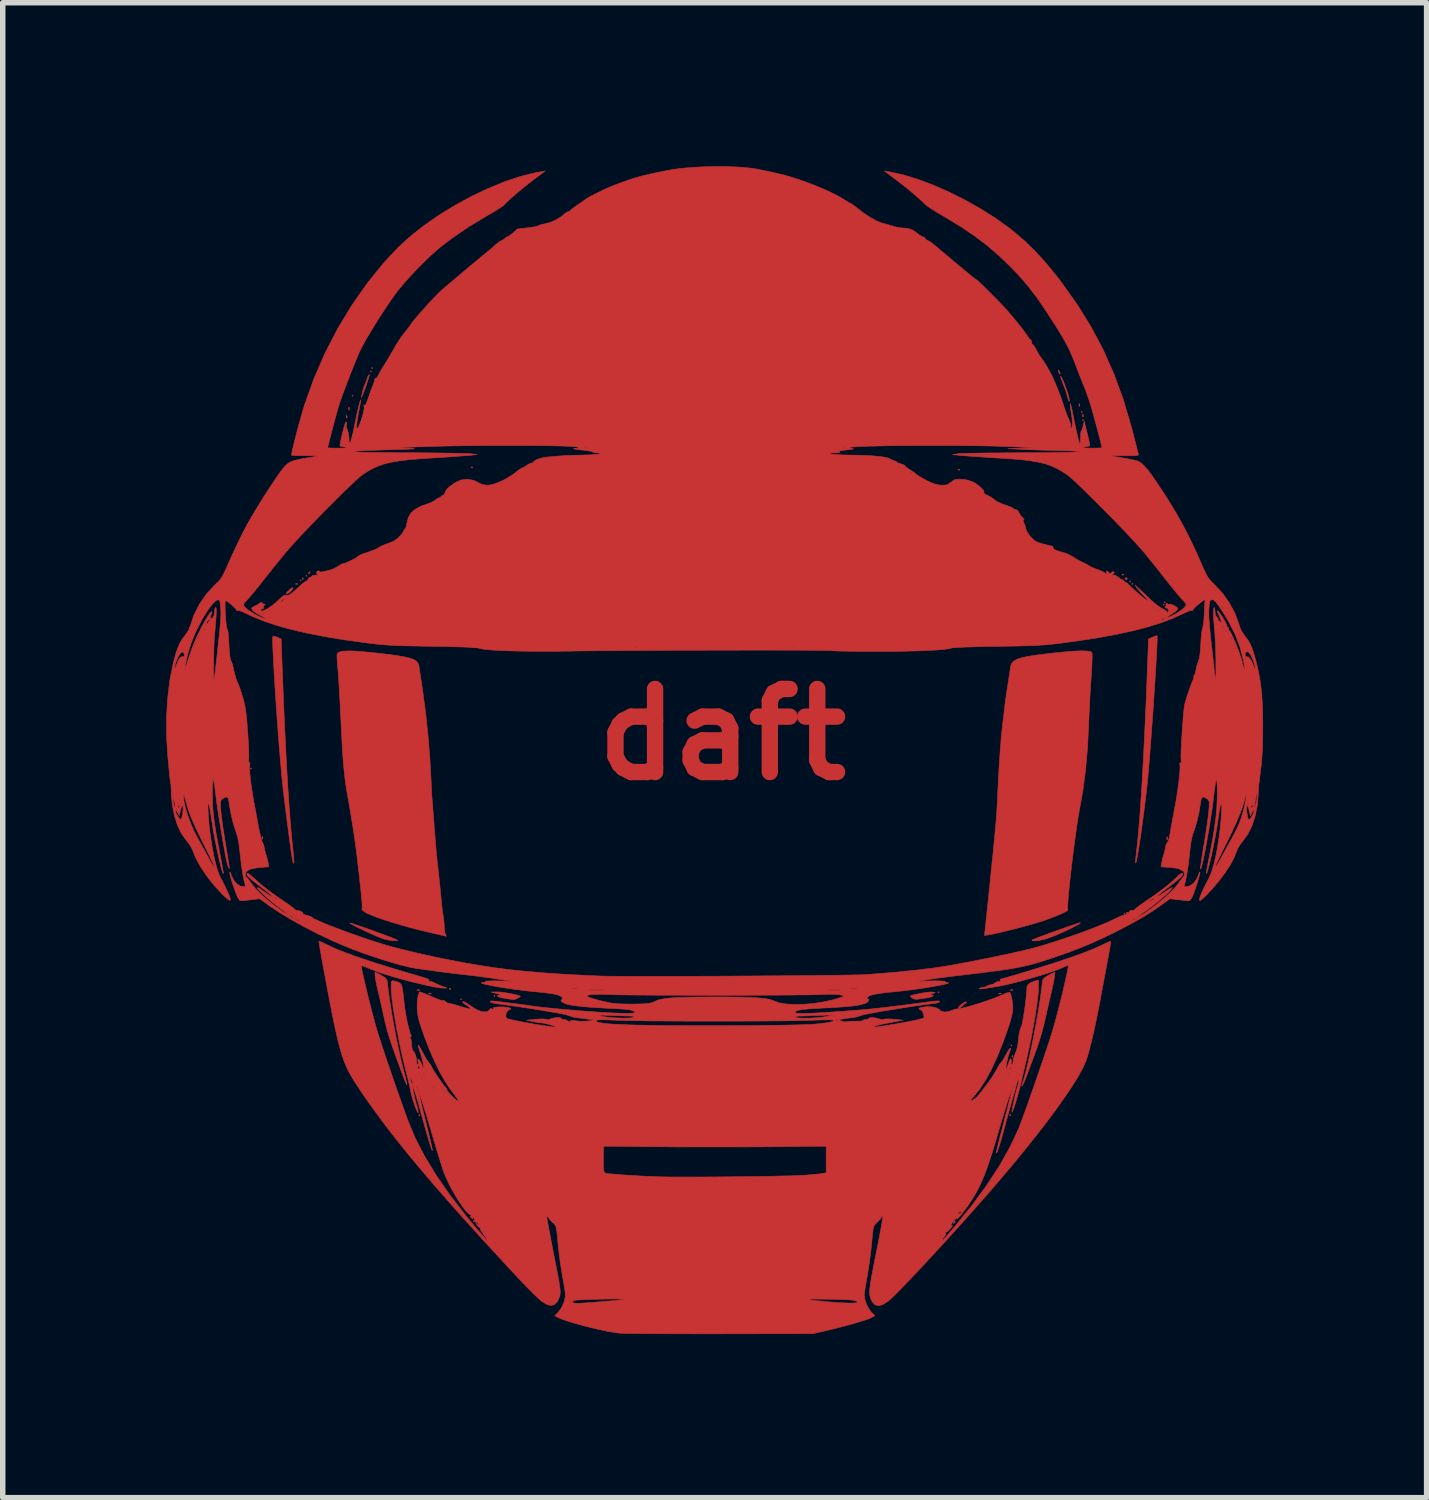
<source format=kicad_pcb>
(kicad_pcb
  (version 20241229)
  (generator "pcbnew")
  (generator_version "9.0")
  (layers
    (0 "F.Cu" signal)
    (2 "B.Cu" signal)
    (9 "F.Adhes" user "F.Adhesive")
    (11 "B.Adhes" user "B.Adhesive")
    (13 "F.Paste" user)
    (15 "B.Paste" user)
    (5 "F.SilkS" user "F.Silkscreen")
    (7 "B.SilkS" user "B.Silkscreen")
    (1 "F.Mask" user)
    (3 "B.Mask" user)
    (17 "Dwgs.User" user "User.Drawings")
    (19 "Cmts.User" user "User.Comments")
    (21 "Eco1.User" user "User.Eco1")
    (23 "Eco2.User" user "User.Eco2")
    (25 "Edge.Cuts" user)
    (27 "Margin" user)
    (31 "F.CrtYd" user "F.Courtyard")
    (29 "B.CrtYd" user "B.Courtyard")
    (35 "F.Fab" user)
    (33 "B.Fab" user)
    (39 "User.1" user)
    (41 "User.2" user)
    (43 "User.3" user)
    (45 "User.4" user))
  (footprint "daft"
    (layer "F.Cu")
    (at 10.2 10.422)
    (property "Reference" "daft" (at 0 0 0) (layer "F.Cu") (effects (font (size 1.524 1.524) (thickness 0.3))))
    (attr through_hole)
    (fp_poly (pts (xy -8.636 0.624) (xy -8.647 0.635) (xy -8.657 0.624) (xy -8.647 0.614) (xy -8.636 0.624)) (stroke (width 0.01) (type solid)) (fill yes) (layer "F.Cu"))
    (fp_poly (pts (xy -7.726 -2.826) (xy -7.736 -2.815) (xy -7.747 -2.826) (xy -7.736 -2.836) (xy -7.726 -2.826)) (stroke (width 0.01) (type solid)) (fill yes) (layer "F.Cu"))
    (fp_poly (pts (xy -7.62 -2.91) (xy -7.631 -2.9) (xy -7.641 -2.91) (xy -7.631 -2.921) (xy -7.62 -2.91)) (stroke (width 0.01) (type solid)) (fill yes) (layer "F.Cu"))
    (fp_poly (pts (xy -6.773 -6.212) (xy -6.784 -6.202) (xy -6.795 -6.212) (xy -6.784 -6.223) (xy -6.773 -6.212)) (stroke (width 0.01) (type solid)) (fill yes) (layer "F.Cu"))
    (fp_poly (pts (xy -6.435 -6.657) (xy -6.445 -6.646) (xy -6.456 -6.657) (xy -6.445 -6.668) (xy -6.435 -6.657)) (stroke (width 0.01) (type solid)) (fill yes) (layer "F.Cu"))
    (fp_poly (pts (xy -6.413 -6.72) (xy -6.424 -6.71) (xy -6.435 -6.72) (xy -6.424 -6.731) (xy -6.413 -6.72)) (stroke (width 0.01) (type solid)) (fill yes) (layer "F.Cu"))
    (fp_poly (pts (xy -4.784 4.858) (xy -4.794 4.868) (xy -4.805 4.858) (xy -4.794 4.847) (xy -4.784 4.858)) (stroke (width 0.01) (type solid)) (fill yes) (layer "F.Cu"))
    (fp_poly (pts (xy -4.17 4.794) (xy -4.18 4.805) (xy -4.191 4.794) (xy -4.18 4.784) (xy -4.17 4.794)) (stroke (width 0.01) (type solid)) (fill yes) (layer "F.Cu"))
    (fp_poly (pts (xy 3.979 4.731) (xy 3.969 4.741) (xy 3.958 4.731) (xy 3.969 4.72) (xy 3.979 4.731)) (stroke (width 0.01) (type solid)) (fill yes) (layer "F.Cu"))
    (fp_poly (pts (xy 5.313 5.704) (xy 5.302 5.715) (xy 5.292 5.704) (xy 5.302 5.694) (xy 5.313 5.704)) (stroke (width 0.01) (type solid)) (fill yes) (layer "F.Cu"))
    (fp_poly (pts (xy 6.604 -5.916) (xy 6.593 -5.905) (xy 6.583 -5.916) (xy 6.593 -5.927) (xy 6.604 -5.916)) (stroke (width 0.01) (type solid)) (fill yes) (layer "F.Cu"))
    (fp_poly (pts (xy 6.625 -5.768) (xy 6.615 -5.757) (xy 6.604 -5.768) (xy 6.615 -5.779) (xy 6.625 -5.768)) (stroke (width 0.01) (type solid)) (fill yes) (layer "F.Cu"))
    (fp_poly (pts (xy 7.387 3.291) (xy 7.377 3.302) (xy 7.366 3.291) (xy 7.377 3.281) (xy 7.387 3.291)) (stroke (width 0.01) (type solid)) (fill yes) (layer "F.Cu"))
    (fp_poly (pts (xy 7.493 -2.805) (xy 7.482 -2.794) (xy 7.472 -2.805) (xy 7.482 -2.815) (xy 7.493 -2.805)) (stroke (width 0.01) (type solid)) (fill yes) (layer "F.Cu"))
    (fp_poly (pts (xy 7.535 -2.762) (xy 7.525 -2.752) (xy 7.514 -2.762) (xy 7.525 -2.773) (xy 7.535 -2.762)) (stroke (width 0.01) (type solid)) (fill yes) (layer "F.Cu"))
    (fp_poly (pts (xy 8.107 -2.381) (xy 8.096 -2.371) (xy 8.086 -2.381) (xy 8.096 -2.392) (xy 8.107 -2.381)) (stroke (width 0.01) (type solid)) (fill yes) (layer "F.Cu"))
    (fp_poly (pts (xy 8.128 -2.424) (xy 8.117 -2.413) (xy 8.107 -2.424) (xy 8.117 -2.434) (xy 8.128 -2.424)) (stroke (width 0.01) (type solid)) (fill yes) (layer "F.Cu"))
    (fp_poly (pts (xy -8.431 1.88) (xy -8.429 1.913) (xy -8.433 1.92) (xy -8.442 1.914) (xy -8.444 1.893) (xy -8.439 1.87) (xy -8.431 1.88)) (stroke (width 0.01) (type solid)) (fill yes) (layer "F.Cu"))
    (fp_poly (pts (xy -7.796 -2.766) (xy -7.799 -2.753) (xy -7.811 -2.752) (xy -7.828 -2.759) (xy -7.825 -2.766) (xy -7.799 -2.768) (xy -7.796 -2.766)) (stroke (width 0.01) (type solid)) (fill yes) (layer "F.Cu"))
    (fp_poly (pts (xy -7.691 -2.872) (xy -7.688 -2.846) (xy -7.691 -2.843) (xy -7.703 -2.846) (xy -7.705 -2.857) (xy -7.697 -2.875) (xy -7.691 -2.872)) (stroke (width 0.01) (type solid)) (fill yes) (layer "F.Cu"))
    (fp_poly (pts (xy -6.886 -5.846) (xy -6.883 -5.813) (xy -6.888 -5.805) (xy -6.897 -5.812) (xy -6.899 -5.833) (xy -6.893 -5.856) (xy -6.886 -5.846)) (stroke (width 0.01) (type solid)) (fill yes) (layer "F.Cu"))
    (fp_poly (pts (xy -6.844 -5.994) (xy -6.841 -5.961) (xy -6.845 -5.954) (xy -6.855 -5.96) (xy -6.856 -5.981) (xy -6.851 -6.004) (xy -6.844 -5.994)) (stroke (width 0.01) (type solid)) (fill yes) (layer "F.Cu"))
    (fp_poly (pts (xy -5.553 6.971) (xy -5.55 6.996) (xy -5.553 6.999) (xy -5.565 6.996) (xy -5.567 6.985) (xy -5.559 6.968) (xy -5.553 6.971)) (stroke (width 0.01) (type solid)) (fill yes) (layer "F.Cu"))
    (fp_poly (pts (xy -5.551 4.686) (xy -5.558 4.696) (xy -5.579 4.697) (xy -5.602 4.692) (xy -5.592 4.685) (xy -5.559 4.682) (xy -5.551 4.686)) (stroke (width 0.01) (type solid)) (fill yes) (layer "F.Cu"))
    (fp_poly (pts (xy -5.34 4.75) (xy -5.346 4.759) (xy -5.368 4.761) (xy -5.39 4.756) (xy -5.38 4.748) (xy -5.347 4.746) (xy -5.34 4.75)) (stroke (width 0.01) (type solid)) (fill yes) (layer "F.Cu"))
    (fp_poly (pts (xy -4.981 4.664) (xy -4.984 4.676) (xy -4.995 4.678) (xy -5.013 4.67) (xy -5.009 4.664) (xy -4.984 4.661) (xy -4.981 4.664)) (stroke (width 0.01) (type solid)) (fill yes) (layer "F.Cu"))
    (fp_poly (pts (xy -4.579 -4.904) (xy -4.582 -4.891) (xy -4.593 -4.889) (xy -4.611 -4.897) (xy -4.607 -4.904) (xy -4.582 -4.906) (xy -4.579 -4.904)) (stroke (width 0.01) (type solid)) (fill yes) (layer "F.Cu"))
    (fp_poly (pts (xy 4.353 -4.861) (xy 4.35 -4.849) (xy 4.339 -4.847) (xy 4.322 -4.855) (xy 4.325 -4.861) (xy 4.35 -4.864) (xy 4.353 -4.861)) (stroke (width 0.01) (type solid)) (fill yes) (layer "F.Cu"))
    (fp_poly (pts (xy 5.117 4.75) (xy 5.11 4.759) (xy 5.089 4.761) (xy 5.066 4.756) (xy 5.076 4.748) (xy 5.109 4.746) (xy 5.117 4.75)) (stroke (width 0.01) (type solid)) (fill yes) (layer "F.Cu"))
    (fp_poly (pts (xy 5.285 6.971) (xy 5.287 6.996) (xy 5.285 6.999) (xy 5.272 6.996) (xy 5.271 6.985) (xy 5.278 6.968) (xy 5.285 6.971)) (stroke (width 0.01) (type solid)) (fill yes) (layer "F.Cu"))
    (fp_poly (pts (xy 5.327 5.891) (xy 5.329 5.917) (xy 5.327 5.92) (xy 5.314 5.917) (xy 5.313 5.905) (xy 5.321 5.888) (xy 5.327 5.891)) (stroke (width 0.01) (type solid)) (fill yes) (layer "F.Cu"))
    (fp_poly (pts (xy 5.328 4.686) (xy 5.322 4.696) (xy 5.3 4.697) (xy 5.278 4.692) (xy 5.288 4.685) (xy 5.321 4.682) (xy 5.328 4.686)) (stroke (width 0.01) (type solid)) (fill yes) (layer "F.Cu"))
    (fp_poly (pts (xy 6.555 -6.058) (xy 6.557 -6.025) (xy 6.553 -6.017) (xy 6.544 -6.023) (xy 6.542 -6.045) (xy 6.547 -6.067) (xy 6.555 -6.058)) (stroke (width 0.01) (type solid)) (fill yes) (layer "F.Cu"))
    (fp_poly (pts (xy 6.618 -5.867) (xy 6.621 -5.834) (xy 6.617 -5.827) (xy 6.607 -5.833) (xy 6.606 -5.854) (xy 6.611 -5.877) (xy 6.618 -5.867)) (stroke (width 0.01) (type solid)) (fill yes) (layer "F.Cu"))
    (fp_poly (pts (xy 7.359 -2.935) (xy 7.356 -2.923) (xy 7.345 -2.921) (xy 7.327 -2.929) (xy 7.331 -2.935) (xy 7.356 -2.938) (xy 7.359 -2.935)) (stroke (width 0.01) (type solid)) (fill yes) (layer "F.Cu"))
    (fp_poly (pts (xy 8.163 1.879) (xy 8.166 1.922) (xy 8.163 1.931) (xy 8.155 1.934) (xy 8.153 1.905) (xy 8.156 1.875) (xy 8.163 1.879)) (stroke (width 0.01) (type solid)) (fill yes) (layer "F.Cu"))
    (fp_poly (pts (xy 4.269 8.944) (xy 4.257 8.959) (xy 4.239 8.973) (xy 4.244 8.951) (xy 4.245 8.947) (xy 4.262 8.921) (xy 4.272 8.921) (xy 4.269 8.944)) (stroke (width 0.01) (type solid)) (fill yes) (layer "F.Cu"))
    (fp_poly (pts (xy 6.183 -6.661) (xy 6.197 -6.626) (xy 6.196 -6.612) (xy 6.181 -6.62) (xy 6.173 -6.637) (xy 6.161 -6.677) (xy 6.166 -6.685) (xy 6.183 -6.661)) (stroke (width 0.01) (type solid)) (fill yes) (layer "F.Cu"))
    (fp_poly (pts (xy -7.563 -2.971) (xy -7.567 -2.963) (xy -7.587 -2.943) (xy -7.591 -2.942) (xy -7.592 -2.956) (xy -7.588 -2.963) (xy -7.568 -2.984) (xy -7.565 -2.985) (xy -7.563 -2.971)) (stroke (width 0.01) (type solid)) (fill yes) (layer "F.Cu"))
    (fp_poly (pts (xy 7.429 -2.863) (xy 7.429 -2.857) (xy 7.413 -2.837) (xy 7.408 -2.836) (xy 7.388 -2.852) (xy 7.387 -2.857) (xy 7.403 -2.878) (xy 7.408 -2.879) (xy 7.429 -2.863)) (stroke (width 0.01) (type solid)) (fill yes) (layer "F.Cu"))
    (fp_poly (pts (xy -7.882 -2.666) (xy -7.916 -2.625) (xy -7.954 -2.595) (xy -7.987 -2.581) (xy -8.001 -2.589) (xy -8.001 -2.589) (xy -7.987 -2.606) (xy -7.953 -2.642) (xy -7.938 -2.656) (xy -7.895 -2.69) (xy -7.875 -2.691) (xy -7.882 -2.666)) (stroke (width 0.01) (type solid)) (fill yes) (layer "F.Cu"))
    (fp_poly (pts (xy 4.475 4.906) (xy 4.478 4.922) (xy 4.465 4.928) (xy 4.428 4.953) (xy 4.407 4.978) (xy 4.37 5.009) (xy 4.343 5.016) (xy 4.331 5.007) (xy 4.352 4.98) (xy 4.381 4.954) (xy 4.429 4.92) (xy 4.466 4.905) (xy 4.475 4.906)) (stroke (width 0.01) (type solid)) (fill yes) (layer "F.Cu"))
    (fp_poly (pts (xy 6.212 -6.565) (xy 6.231 -6.532) (xy 6.247 -6.498) (xy 6.283 -6.412) (xy 6.315 -6.32) (xy 6.343 -6.234) (xy 6.361 -6.164) (xy 6.367 -6.119) (xy 6.366 -6.112) (xy 6.357 -6.116) (xy 6.342 -6.153) (xy 6.329 -6.201) (xy 6.303 -6.292) (xy 6.268 -6.389) (xy 6.252 -6.429) (xy 6.225 -6.495) (xy 6.207 -6.546) (xy 6.203 -6.568) (xy 6.212 -6.565)) (stroke (width 0.01) (type solid)) (fill yes) (layer "F.Cu"))
    (fp_poly (pts (xy -6.476 -6.586) (xy -6.489 -6.538) (xy -6.51 -6.47) (xy -6.537 -6.391) (xy -6.566 -6.311) (xy -6.594 -6.24) (xy -6.606 -6.212) (xy -6.62 -6.182) (xy -6.621 -6.191) (xy -6.616 -6.212) (xy -6.604 -6.265) (xy -6.592 -6.318) (xy -6.577 -6.37) (xy -6.563 -6.403) (xy -6.548 -6.435) (xy -6.527 -6.49) (xy -6.52 -6.514) (xy -6.5 -6.568) (xy -6.481 -6.6) (xy -6.476 -6.604) (xy -6.476 -6.586)) (stroke (width 0.01) (type solid)) (fill yes) (layer "F.Cu"))
    (fp_poly (pts (xy 3.853 4.725) (xy 3.905 4.734) (xy 3.852 4.757) (xy 3.821 4.774) (xy 3.827 4.782) (xy 3.838 4.782) (xy 3.87 4.788) (xy 3.867 4.8) (xy 3.836 4.814) (xy 3.782 4.828) (xy 3.731 4.836) (xy 3.656 4.845) (xy 3.593 4.855) (xy 3.567 4.859) (xy 3.52 4.854) (xy 3.475 4.83) (xy 3.454 4.812) (xy 3.449 4.799) (xy 3.467 4.788) (xy 3.513 4.775) (xy 3.594 4.758) (xy 3.614 4.754) (xy 3.704 4.738) (xy 3.784 4.727) (xy 3.84 4.724) (xy 3.853 4.725)) (stroke (width 0.01) (type solid)) (fill yes) (layer "F.Cu"))
    (fp_poly (pts (xy -4.081 4.725) (xy -4.004 4.734) (xy -3.92 4.748) (xy -3.837 4.764) (xy -3.767 4.78) (xy -3.719 4.794) (xy -3.704 4.805) (xy -3.721 4.82) (xy -3.76 4.841) (xy -3.802 4.859) (xy -3.83 4.866) (xy -3.83 4.865) (xy -3.855 4.861) (xy -3.911 4.853) (xy -3.984 4.842) (xy -3.985 4.842) (xy -4.06 4.828) (xy -4.11 4.812) (xy -4.13 4.797) (xy -4.115 4.786) (xy -4.08 4.782) (xy -4.071 4.776) (xy -4.098 4.764) (xy -4.138 4.752) (xy -4.244 4.725) (xy -4.138 4.723) (xy -4.081 4.725)) (stroke (width 0.01) (type solid)) (fill yes) (layer "F.Cu"))
    (fp_poly (pts (xy 6.556 3.47) (xy 6.511 3.496) (xy 6.44 3.534) (xy 6.347 3.58) (xy 6.248 3.626) (xy 6.146 3.671) (xy 6.043 3.712) (xy 5.955 3.744) (xy 5.91 3.758) (xy 5.828 3.776) (xy 5.757 3.786) (xy 5.705 3.788) (xy 5.68 3.781) (xy 5.684 3.77) (xy 5.708 3.759) (xy 5.765 3.736) (xy 5.848 3.705) (xy 5.948 3.667) (xy 6.06 3.626) (xy 6.176 3.585) (xy 6.288 3.545) (xy 6.39 3.509) (xy 6.475 3.481) (xy 6.534 3.462) (xy 6.551 3.457) (xy 6.57 3.456) (xy 6.556 3.47)) (stroke (width 0.01) (type solid)) (fill yes) (layer "F.Cu"))
    (fp_poly (pts (xy -6.826 3.459) (xy -6.788 3.47) (xy -6.718 3.493) (xy -6.626 3.524) (xy -6.518 3.562) (xy -6.402 3.603) (xy -6.287 3.645) (xy -6.179 3.685) (xy -6.088 3.719) (xy -6.019 3.746) (xy -5.982 3.762) (xy -5.98 3.763) (xy -5.956 3.779) (xy -5.966 3.786) (xy -6.011 3.786) (xy -6.075 3.78) (xy -6.156 3.765) (xy -6.202 3.754) (xy -6.247 3.739) (xy -6.313 3.712) (xy -6.394 3.678) (xy -6.483 3.638) (xy -6.574 3.595) (xy -6.66 3.554) (xy -6.736 3.517) (xy -6.794 3.486) (xy -6.828 3.466) (xy -6.833 3.458) (xy -6.826 3.459)) (stroke (width 0.01) (type solid)) (fill yes) (layer "F.Cu"))
    (fp_poly (pts (xy -6.26 4.417) (xy -6.195 4.456) (xy -6.16 4.488) (xy -6.145 4.525) (xy -6.144 4.54) (xy -6.127 4.696) (xy -6.101 4.883) (xy -6.068 5.093) (xy -6.029 5.315) (xy -5.986 5.541) (xy -5.941 5.761) (xy -5.895 5.966) (xy -5.853 6.137) (xy -5.827 6.24) (xy -5.805 6.327) (xy -5.791 6.392) (xy -5.786 6.425) (xy -5.786 6.428) (xy -5.796 6.413) (xy -5.817 6.366) (xy -5.845 6.296) (xy -5.862 6.25) (xy -5.935 6.053) (xy -5.995 5.889) (xy -6.044 5.752) (xy -6.083 5.636) (xy -6.116 5.534) (xy -6.143 5.441) (xy -6.168 5.35) (xy -6.191 5.254) (xy -6.214 5.148) (xy -6.222 5.112) (xy -6.249 4.99) (xy -6.281 4.852) (xy -6.311 4.721) (xy -6.32 4.686) (xy -6.342 4.589) (xy -6.359 4.503) (xy -6.369 4.439) (xy -6.371 4.414) (xy -6.371 4.358) (xy -6.26 4.417)) (stroke (width 0.01) (type solid)) (fill yes) (layer "F.Cu"))
    (fp_poly (pts (xy 6.096 4.414) (xy 6.091 4.459) (xy 6.078 4.532) (xy 6.059 4.623) (xy 6.045 4.686) (xy 6.016 4.808) (xy 5.984 4.947) (xy 5.955 5.076) (xy 5.947 5.112) (xy 5.904 5.301) (xy 5.862 5.463) (xy 5.817 5.614) (xy 5.765 5.769) (xy 5.734 5.853) (xy 5.692 5.967) (xy 5.647 6.088) (xy 5.607 6.197) (xy 5.586 6.254) (xy 5.555 6.334) (xy 5.526 6.399) (xy 5.506 6.439) (xy 5.501 6.445) (xy 5.49 6.449) (xy 5.498 6.417) (xy 5.501 6.41) (xy 5.532 6.316) (xy 5.567 6.186) (xy 5.606 6.028) (xy 5.646 5.849) (xy 5.687 5.655) (xy 5.727 5.454) (xy 5.765 5.252) (xy 5.799 5.057) (xy 5.828 4.875) (xy 5.851 4.712) (xy 5.866 4.577) (xy 5.868 4.551) (xy 5.876 4.506) (xy 5.897 4.474) (xy 5.941 4.442) (xy 5.985 4.417) (xy 6.096 4.358) (xy 6.096 4.414)) (stroke (width 0.01) (type solid)) (fill yes) (layer "F.Cu"))
    (fp_poly (pts (xy 7.975 -1.811) (xy 7.977 -1.787) (xy 7.976 -1.725) (xy 7.973 -1.629) (xy 7.967 -1.503) (xy 7.959 -1.352) (xy 7.949 -1.181) (xy 7.937 -0.992) (xy 7.924 -0.791) (xy 7.91 -0.581) (xy 7.896 -0.368) (xy 7.88 -0.154) (xy 7.865 0.055) (xy 7.85 0.256) (xy 7.835 0.444) (xy 7.821 0.615) (xy 7.808 0.765) (xy 7.796 0.889) (xy 7.788 0.963) (xy 7.765 1.156) (xy 7.742 1.347) (xy 7.718 1.533) (xy 7.694 1.709) (xy 7.671 1.872) (xy 7.649 2.017) (xy 7.629 2.142) (xy 7.612 2.242) (xy 7.598 2.314) (xy 7.587 2.353) (xy 7.581 2.355) (xy 7.579 2.342) (xy 7.581 2.307) (xy 7.587 2.239) (xy 7.597 2.149) (xy 7.609 2.046) (xy 7.626 1.883) (xy 7.644 1.681) (xy 7.663 1.443) (xy 7.681 1.172) (xy 7.7 0.87) (xy 7.719 0.541) (xy 7.737 0.187) (xy 7.755 -0.187) (xy 7.773 -0.58) (xy 7.789 -0.988) (xy 7.792 -1.072) (xy 7.818 -1.751) (xy 7.893 -1.785) (xy 7.942 -1.805) (xy 7.972 -1.812) (xy 7.975 -1.811)) (stroke (width 0.01) (type solid)) (fill yes) (layer "F.Cu"))
    (fp_poly (pts (xy -8.175 -1.788) (xy -8.164 -1.783) (xy -8.093 -1.751) (xy -8.067 -1.061) (xy -8.049 -0.61) (xy -8.031 -0.181) (xy -8.011 0.224) (xy -7.991 0.602) (xy -7.971 0.952) (xy -7.95 1.27) (xy -7.929 1.554) (xy -7.908 1.801) (xy -7.888 2.009) (xy -7.882 2.06) (xy -7.871 2.166) (xy -7.862 2.257) (xy -7.858 2.324) (xy -7.858 2.359) (xy -7.859 2.363) (xy -7.87 2.353) (xy -7.882 2.314) (xy -7.882 2.314) (xy -7.891 2.261) (xy -7.905 2.172) (xy -7.922 2.055) (xy -7.941 1.915) (xy -7.961 1.76) (xy -7.983 1.597) (xy -8.004 1.431) (xy -8.024 1.269) (xy -8.043 1.119) (xy -8.058 0.986) (xy -8.07 0.878) (xy -8.073 0.847) (xy -8.088 0.69) (xy -8.104 0.512) (xy -8.12 0.318) (xy -8.137 0.112) (xy -8.153 -0.103) (xy -8.169 -0.322) (xy -8.184 -0.54) (xy -8.198 -0.754) (xy -8.211 -0.959) (xy -8.223 -1.151) (xy -8.232 -1.326) (xy -8.24 -1.48) (xy -8.246 -1.608) (xy -8.249 -1.706) (xy -8.249 -1.771) (xy -8.246 -1.797) (xy -8.221 -1.801) (xy -8.175 -1.788)) (stroke (width 0.01) (type solid)) (fill yes) (layer "F.Cu"))
    (fp_poly (pts (xy 6.701 -1.529) (xy 6.763 -1.516) (xy 6.778 -1.506) (xy 6.783 -1.479) (xy 6.784 -1.415) (xy 6.781 -1.318) (xy 6.775 -1.194) (xy 6.766 -1.047) (xy 6.765 -1.035) (xy 6.754 -0.866) (xy 6.743 -0.68) (xy 6.733 -0.491) (xy 6.725 -0.316) (xy 6.72 -0.191) (xy 6.699 0.249) (xy 6.662 0.662) (xy 6.612 1.044) (xy 6.561 1.323) (xy 6.543 1.422) (xy 6.522 1.546) (xy 6.5 1.691) (xy 6.478 1.852) (xy 6.455 2.023) (xy 6.432 2.2) (xy 6.41 2.378) (xy 6.39 2.551) (xy 6.372 2.714) (xy 6.357 2.864) (xy 6.345 2.994) (xy 6.337 3.099) (xy 6.333 3.175) (xy 6.335 3.217) (xy 6.337 3.224) (xy 6.33 3.234) (xy 6.289 3.256) (xy 6.223 3.287) (xy 6.137 3.323) (xy 6.039 3.362) (xy 5.936 3.4) (xy 5.874 3.423) (xy 5.796 3.447) (xy 5.69 3.478) (xy 5.563 3.513) (xy 5.426 3.55) (xy 5.287 3.585) (xy 5.155 3.618) (xy 5.039 3.645) (xy 4.949 3.665) (xy 4.906 3.673) (xy 4.808 3.687) (xy 4.818 3.606) (xy 4.823 3.558) (xy 4.832 3.473) (xy 4.844 3.36) (xy 4.858 3.223) (xy 4.874 3.069) (xy 4.891 2.905) (xy 4.909 2.736) (xy 4.926 2.569) (xy 4.942 2.41) (xy 4.957 2.266) (xy 4.97 2.143) (xy 4.979 2.047) (xy 4.984 2) (xy 4.993 1.901) (xy 5.003 1.794) (xy 5.007 1.746) (xy 5.015 1.662) (xy 5.022 1.584) (xy 5.026 1.545) (xy 5.029 1.503) (xy 5.034 1.426) (xy 5.04 1.32) (xy 5.047 1.194) (xy 5.053 1.053) (xy 5.057 0.974) (xy 5.076 0.616) (xy 5.097 0.3) (xy 5.119 0.027) (xy 5.144 -0.204) (xy 5.145 -0.212) (xy 5.157 -0.31) (xy 5.169 -0.411) (xy 5.177 -0.487) (xy 5.185 -0.553) (xy 5.198 -0.649) (xy 5.214 -0.761) (xy 5.232 -0.877) (xy 5.232 -0.878) (xy 5.25 -0.989) (xy 5.265 -1.092) (xy 5.278 -1.177) (xy 5.285 -1.231) (xy 5.286 -1.233) (xy 5.297 -1.281) (xy 5.319 -1.321) (xy 5.358 -1.354) (xy 5.415 -1.383) (xy 5.496 -1.408) (xy 5.605 -1.431) (xy 5.746 -1.453) (xy 5.923 -1.476) (xy 6.043 -1.49) (xy 6.269 -1.513) (xy 6.454 -1.528) (xy 6.598 -1.533) (xy 6.701 -1.529)) (stroke (width 0.01) (type solid)) (fill yes) (layer "F.Cu"))
    (fp_poly (pts (xy -6.719 -1.528) (xy -6.555 -1.515) (xy -6.353 -1.494) (xy -6.329 -1.491) (xy -6.129 -1.468) (xy -5.968 -1.446) (xy -5.84 -1.425) (xy -5.743 -1.402) (xy -5.671 -1.378) (xy -5.621 -1.35) (xy -5.589 -1.316) (xy -5.57 -1.277) (xy -5.561 -1.233) (xy -5.555 -1.186) (xy -5.543 -1.105) (xy -5.527 -1.001) (xy -5.509 -0.882) (xy -5.496 -0.794) (xy -5.444 -0.406) (xy -5.399 0.014) (xy -5.364 0.456) (xy -5.343 0.836) (xy -5.337 0.948) (xy -5.332 1.053) (xy -5.327 1.139) (xy -5.323 1.194) (xy -5.322 1.196) (xy -5.317 1.258) (xy -5.311 1.345) (xy -5.304 1.441) (xy -5.302 1.46) (xy -5.29 1.623) (xy -5.277 1.793) (xy -5.263 1.961) (xy -5.25 2.119) (xy -5.237 2.259) (xy -5.226 2.371) (xy -5.218 2.434) (xy -5.208 2.527) (xy -5.195 2.646) (xy -5.181 2.779) (xy -5.168 2.908) (xy -5.157 3.02) (xy -5.154 3.059) (xy -5.144 3.156) (xy -5.131 3.256) (xy -5.121 3.322) (xy -5.109 3.408) (xy -5.102 3.496) (xy -5.101 3.53) (xy -5.096 3.597) (xy -5.084 3.652) (xy -5.079 3.663) (xy -5.064 3.695) (xy -5.063 3.703) (xy -5.085 3.698) (xy -5.141 3.685) (xy -5.223 3.666) (xy -5.324 3.643) (xy -5.376 3.631) (xy -5.547 3.59) (xy -5.719 3.545) (xy -5.888 3.498) (xy -6.05 3.45) (xy -6.199 3.402) (xy -6.33 3.357) (xy -6.439 3.315) (xy -6.521 3.28) (xy -6.57 3.251) (xy -6.583 3.234) (xy -6.595 3.223) (xy -6.6 3.226) (xy -6.61 3.216) (xy -6.609 3.179) (xy -6.607 3.153) (xy -6.608 3.113) (xy -6.612 3.053) (xy -6.619 2.972) (xy -6.63 2.864) (xy -6.645 2.727) (xy -6.664 2.556) (xy -6.688 2.349) (xy -6.7 2.244) (xy -6.721 2.077) (xy -6.747 1.891) (xy -6.78 1.679) (xy -6.819 1.437) (xy -6.867 1.159) (xy -6.877 1.101) (xy -6.898 0.976) (xy -6.916 0.856) (xy -6.931 0.734) (xy -6.944 0.604) (xy -6.956 0.46) (xy -6.968 0.296) (xy -6.978 0.104) (xy -6.99 -0.12) (xy -6.995 -0.243) (xy -7.004 -0.423) (xy -7.013 -0.602) (xy -7.023 -0.773) (xy -7.032 -0.927) (xy -7.041 -1.057) (xy -7.048 -1.154) (xy -7.05 -1.176) (xy -7.059 -1.278) (xy -7.065 -1.368) (xy -7.068 -1.436) (xy -7.067 -1.47) (xy -7.05 -1.498) (xy -7.01 -1.518) (xy -6.943 -1.529) (xy -6.847 -1.532) (xy -6.719 -1.528)) (stroke (width 0.01) (type solid)) (fill yes) (layer "F.Cu"))
    (fp_poly (pts (xy 0.038 -10.417) (xy 0.231 -10.411) (xy 0.406 -10.4) (xy 0.553 -10.384) (xy 0.635 -10.37) (xy 0.699 -10.357) (xy 0.789 -10.338) (xy 0.889 -10.318) (xy 0.935 -10.308) (xy 1.126 -10.263) (xy 1.33 -10.203) (xy 1.54 -10.131) (xy 1.745 -10.052) (xy 1.937 -9.969) (xy 2.107 -9.885) (xy 2.244 -9.805) (xy 2.255 -9.797) (xy 2.309 -9.763) (xy 2.349 -9.741) (xy 2.36 -9.737) (xy 2.383 -9.724) (xy 2.428 -9.691) (xy 2.474 -9.655) (xy 2.594 -9.562) (xy 2.716 -9.482) (xy 2.829 -9.42) (xy 2.924 -9.382) (xy 2.935 -9.379) (xy 3.021 -9.356) (xy 3.11 -9.33) (xy 3.133 -9.323) (xy 3.206 -9.304) (xy 3.276 -9.293) (xy 3.294 -9.292) (xy 3.41 -9.281) (xy 3.504 -9.245) (xy 3.574 -9.194) (xy 3.629 -9.153) (xy 3.675 -9.127) (xy 3.693 -9.123) (xy 3.717 -9.114) (xy 3.716 -9.104) (xy 3.725 -9.084) (xy 3.762 -9.064) (xy 3.762 -9.064) (xy 3.813 -9.036) (xy 3.874 -8.992) (xy 3.898 -8.972) (xy 3.95 -8.926) (xy 3.992 -8.89) (xy 4.004 -8.879) (xy 4.032 -8.857) (xy 4.084 -8.814) (xy 4.149 -8.76) (xy 4.183 -8.731) (xy 4.335 -8.603) (xy 4.46 -8.5) (xy 4.555 -8.421) (xy 4.621 -8.368) (xy 4.657 -8.342) (xy 4.662 -8.34) (xy 4.682 -8.325) (xy 4.725 -8.286) (xy 4.787 -8.227) (xy 4.861 -8.154) (xy 4.942 -8.073) (xy 5.025 -7.99) (xy 5.103 -7.909) (xy 5.171 -7.836) (xy 5.225 -7.778) (xy 5.233 -7.768) (xy 5.324 -7.661) (xy 5.412 -7.554) (xy 5.491 -7.454) (xy 5.555 -7.37) (xy 5.598 -7.308) (xy 5.605 -7.297) (xy 5.633 -7.257) (xy 5.655 -7.239) (xy 5.656 -7.239) (xy 5.67 -7.221) (xy 5.673 -7.197) (xy 5.681 -7.162) (xy 5.692 -7.154) (xy 5.711 -7.137) (xy 5.74 -7.092) (xy 5.758 -7.058) (xy 5.796 -6.987) (xy 5.837 -6.923) (xy 5.852 -6.904) (xy 5.893 -6.848) (xy 5.936 -6.779) (xy 5.945 -6.763) (xy 5.978 -6.704) (xy 6.005 -6.657) (xy 6.011 -6.646) (xy 6.039 -6.595) (xy 6.076 -6.514) (xy 6.119 -6.414) (xy 6.164 -6.304) (xy 6.206 -6.194) (xy 6.241 -6.096) (xy 6.254 -6.054) (xy 6.285 -5.959) (xy 6.318 -5.869) (xy 6.347 -5.799) (xy 6.353 -5.786) (xy 6.378 -5.728) (xy 6.391 -5.681) (xy 6.391 -5.67) (xy 6.389 -5.622) (xy 6.396 -5.608) (xy 6.409 -5.631) (xy 6.414 -5.651) (xy 6.42 -5.722) (xy 6.412 -5.824) (xy 6.401 -5.893) (xy 6.387 -5.981) (xy 6.381 -6.04) (xy 6.381 -6.067) (xy 6.388 -6.06) (xy 6.4 -6.015) (xy 6.414 -5.955) (xy 6.454 -5.757) (xy 6.487 -5.599) (xy 6.514 -5.479) (xy 6.534 -5.395) (xy 6.549 -5.346) (xy 6.556 -5.331) (xy 6.564 -5.341) (xy 6.57 -5.384) (xy 6.571 -5.441) (xy 6.572 -5.508) (xy 6.578 -5.553) (xy 6.584 -5.567) (xy 6.596 -5.585) (xy 6.612 -5.632) (xy 6.618 -5.657) (xy 6.637 -5.747) (xy 6.693 -5.524) (xy 6.715 -5.434) (xy 6.731 -5.36) (xy 6.741 -5.311) (xy 6.742 -5.296) (xy 6.72 -5.289) (xy 6.671 -5.278) (xy 6.644 -5.272) (xy 6.607 -5.264) (xy 6.599 -5.258) (xy 6.623 -5.255) (xy 6.684 -5.253) (xy 6.757 -5.252) (xy 6.845 -5.252) (xy 6.914 -5.254) (xy 6.956 -5.257) (xy 6.964 -5.26) (xy 6.959 -5.287) (xy 6.944 -5.346) (xy 6.923 -5.431) (xy 6.896 -5.533) (xy 6.867 -5.645) (xy 6.836 -5.758) (xy 6.807 -5.865) (xy 6.781 -5.959) (xy 6.76 -6.03) (xy 6.76 -6.032) (xy 6.726 -6.137) (xy 6.683 -6.259) (xy 6.639 -6.377) (xy 6.624 -6.413) (xy 6.578 -6.528) (xy 6.527 -6.657) (xy 6.481 -6.777) (xy 6.469 -6.808) (xy 6.429 -6.909) (xy 6.39 -7.001) (xy 6.349 -7.091) (xy 6.301 -7.182) (xy 6.244 -7.283) (xy 6.175 -7.398) (xy 6.09 -7.533) (xy 5.985 -7.695) (xy 5.931 -7.779) (xy 5.768 -8.017) (xy 5.605 -8.229) (xy 5.431 -8.429) (xy 5.282 -8.584) (xy 5.07 -8.787) (xy 4.857 -8.97) (xy 4.633 -9.14) (xy 4.39 -9.305) (xy 4.118 -9.471) (xy 4.047 -9.513) (xy 3.945 -9.573) (xy 3.853 -9.63) (xy 3.778 -9.679) (xy 3.73 -9.714) (xy 3.719 -9.725) (xy 3.652 -9.791) (xy 3.559 -9.875) (xy 3.447 -9.97) (xy 3.324 -10.07) (xy 3.197 -10.168) (xy 3.186 -10.177) (xy 2.974 -10.335) (xy 3.069 -10.319) (xy 3.317 -10.265) (xy 3.586 -10.183) (xy 3.869 -10.077) (xy 4.16 -9.949) (xy 4.451 -9.804) (xy 4.736 -9.643) (xy 5.007 -9.472) (xy 5.257 -9.293) (xy 5.365 -9.208) (xy 5.563 -9.036) (xy 5.754 -8.848) (xy 5.944 -8.638) (xy 6.14 -8.398) (xy 6.227 -8.284) (xy 6.514 -7.88) (xy 6.767 -7.471) (xy 6.989 -7.051) (xy 7.183 -6.613) (xy 7.352 -6.152) (xy 7.498 -5.661) (xy 7.534 -5.523) (xy 7.564 -5.406) (xy 7.591 -5.301) (xy 7.612 -5.217) (xy 7.627 -5.161) (xy 7.632 -5.142) (xy 7.632 -5.127) (xy 7.616 -5.118) (xy 7.579 -5.113) (xy 7.515 -5.111) (xy 7.415 -5.111) (xy 7.388 -5.111) (xy 7.291 -5.112) (xy 7.211 -5.112) (xy 7.158 -5.111) (xy 7.139 -5.11) (xy 7.139 -5.11) (xy 7.161 -5.105) (xy 7.215 -5.095) (xy 7.294 -5.081) (xy 7.366 -5.069) (xy 7.464 -5.051) (xy 7.551 -5.032) (xy 7.616 -5.015) (xy 7.641 -5.005) (xy 7.69 -4.973) (xy 7.743 -4.923) (xy 7.805 -4.851) (xy 7.879 -4.753) (xy 7.968 -4.623) (xy 7.999 -4.577) (xy 8.17 -4.314) (xy 8.318 -4.072) (xy 8.45 -3.837) (xy 8.573 -3.599) (xy 8.693 -3.346) (xy 8.784 -3.139) (xy 8.834 -3.025) (xy 8.875 -2.941) (xy 8.91 -2.879) (xy 8.947 -2.829) (xy 8.99 -2.783) (xy 9.025 -2.75) (xy 9.173 -2.593) (xy 9.301 -2.413) (xy 9.404 -2.221) (xy 9.474 -2.028) (xy 9.481 -2.003) (xy 9.518 -1.907) (xy 9.579 -1.813) (xy 9.588 -1.802) (xy 9.639 -1.734) (xy 9.681 -1.664) (xy 9.717 -1.581) (xy 9.752 -1.477) (xy 9.79 -1.341) (xy 9.79 -1.34) (xy 9.832 -1.162) (xy 9.864 -0.988) (xy 9.888 -0.807) (xy 9.903 -0.61) (xy 9.912 -0.39) (xy 9.914 -0.148) (xy 9.913 0.016) (xy 9.909 0.177) (xy 9.904 0.325) (xy 9.896 0.452) (xy 9.888 0.547) (xy 9.886 0.561) (xy 9.874 0.658) (xy 9.863 0.744) (xy 9.856 0.809) (xy 9.853 0.831) (xy 9.847 0.879) (xy 9.842 0.905) (xy 9.839 0.932) (xy 9.835 0.991) (xy 9.832 1.069) (xy 9.832 1.09) (xy 9.815 1.295) (xy 9.775 1.492) (xy 9.716 1.673) (xy 9.639 1.83) (xy 9.551 1.951) (xy 9.499 2.018) (xy 9.456 2.09) (xy 9.44 2.127) (xy 9.39 2.256) (xy 9.319 2.39) (xy 9.222 2.538) (xy 9.166 2.614) (xy 9.095 2.705) (xy 9.019 2.796) (xy 8.943 2.881) (xy 8.873 2.955) (xy 8.814 3.011) (xy 8.773 3.043) (xy 8.759 3.048) (xy 8.751 3.03) (xy 8.763 2.98) (xy 8.795 2.901) (xy 8.844 2.795) (xy 8.91 2.667) (xy 8.932 2.625) (xy 8.972 2.532) (xy 9.005 2.426) (xy 9.044 2.426) (xy 9.049 2.431) (xy 9.071 2.401) (xy 9.109 2.336) (xy 9.157 2.249) (xy 9.212 2.148) (xy 9.272 2.04) (xy 9.325 1.944) (xy 9.34 1.919) (xy 9.392 1.822) (xy 9.446 1.713) (xy 9.484 1.626) (xy 9.516 1.54) (xy 9.546 1.442) (xy 9.565 1.368) (xy 9.615 1.368) (xy 9.622 1.434) (xy 9.635 1.515) (xy 9.649 1.557) (xy 9.668 1.562) (xy 9.694 1.532) (xy 9.716 1.498) (xy 9.743 1.444) (xy 9.757 1.402) (xy 9.757 1.397) (xy 9.748 1.392) (xy 9.727 1.418) (xy 9.721 1.429) (xy 9.686 1.492) (xy 9.662 1.387) (xy 9.647 1.336) (xy 9.694 1.336) (xy 9.707 1.347) (xy 9.716 1.344) (xy 9.723 1.333) (xy 9.762 1.333) (xy 9.766 1.341) (xy 9.775 1.316) (xy 9.787 1.27) (xy 9.8 1.213) (xy 9.81 1.155) (xy 9.816 1.107) (xy 9.817 1.09) (xy 9.814 1.077) (xy 9.804 1.1) (xy 9.791 1.154) (xy 9.789 1.164) (xy 9.774 1.24) (xy 9.765 1.301) (xy 9.762 1.333) (xy 9.723 1.333) (xy 9.736 1.316) (xy 9.737 1.31) (xy 9.724 1.298) (xy 9.716 1.302) (xy 9.695 1.33) (xy 9.694 1.336) (xy 9.647 1.336) (xy 9.645 1.327) (xy 9.629 1.306) (xy 9.618 1.321) (xy 9.615 1.368) (xy 9.565 1.368) (xy 9.572 1.341) (xy 9.592 1.248) (xy 9.604 1.172) (xy 9.604 1.123) (xy 9.603 1.117) (xy 9.594 1.113) (xy 9.59 1.137) (xy 9.578 1.213) (xy 9.545 1.32) (xy 9.495 1.456) (xy 9.429 1.613) (xy 9.348 1.789) (xy 9.277 1.935) (xy 9.216 2.057) (xy 9.161 2.169) (xy 9.114 2.264) (xy 9.08 2.337) (xy 9.06 2.379) (xy 9.058 2.385) (xy 9.044 2.426) (xy 9.005 2.426) (xy 9.012 2.404) (xy 9.049 2.248) (xy 9.083 2.072) (xy 9.113 1.882) (xy 9.137 1.686) (xy 9.153 1.492) (xy 9.154 1.471) (xy 9.159 1.362) (xy 9.158 1.293) (xy 9.153 1.265) (xy 9.144 1.276) (xy 9.131 1.324) (xy 9.115 1.411) (xy 9.097 1.533) (xy 9.093 1.566) (xy 9.077 1.671) (xy 9.057 1.792) (xy 9.033 1.921) (xy 9.007 2.053) (xy 8.979 2.182) (xy 8.953 2.301) (xy 8.928 2.404) (xy 8.906 2.485) (xy 8.889 2.538) (xy 8.878 2.556) (xy 8.877 2.555) (xy 8.879 2.533) (xy 8.888 2.476) (xy 8.903 2.392) (xy 8.923 2.286) (xy 8.945 2.179) (xy 8.993 1.929) (xy 9.029 1.711) (xy 9.055 1.515) (xy 9.071 1.333) (xy 9.078 1.155) (xy 9.079 1.069) (xy 9.078 0.95) (xy 9.073 0.872) (xy 9.066 0.837) (xy 9.057 0.844) (xy 9.046 0.893) (xy 9.032 0.984) (xy 9.019 1.09) (xy 9.003 1.224) (xy 8.983 1.372) (xy 8.959 1.529) (xy 8.934 1.689) (xy 8.907 1.847) (xy 8.88 1.998) (xy 8.854 2.137) (xy 8.83 2.258) (xy 8.808 2.357) (xy 8.79 2.428) (xy 8.776 2.465) (xy 8.769 2.469) (xy 8.77 2.447) (xy 8.778 2.389) (xy 8.79 2.301) (xy 8.808 2.191) (xy 8.828 2.063) (xy 8.838 2.008) (xy 8.861 1.862) (xy 8.883 1.718) (xy 8.902 1.586) (xy 8.917 1.475) (xy 8.925 1.395) (xy 8.926 1.384) (xy 8.931 1.299) (xy 8.931 1.245) (xy 8.923 1.213) (xy 8.906 1.191) (xy 8.888 1.178) (xy 8.836 1.149) (xy 8.803 1.152) (xy 8.783 1.192) (xy 8.773 1.244) (xy 8.745 1.424) (xy 8.708 1.589) (xy 8.667 1.726) (xy 8.65 1.772) (xy 8.619 1.865) (xy 8.595 1.986) (xy 8.576 2.14) (xy 8.574 2.159) (xy 8.558 2.307) (xy 8.539 2.449) (xy 8.519 2.574) (xy 8.499 2.677) (xy 8.48 2.747) (xy 8.477 2.757) (xy 8.474 2.785) (xy 8.503 2.794) (xy 8.516 2.794) (xy 8.584 2.775) (xy 8.649 2.723) (xy 8.704 2.648) (xy 8.73 2.586) (xy 8.747 2.538) (xy 8.758 2.522) (xy 8.762 2.531) (xy 8.755 2.572) (xy 8.737 2.641) (xy 8.711 2.727) (xy 8.681 2.819) (xy 8.65 2.906) (xy 8.621 2.976) (xy 8.613 2.995) (xy 8.576 3.044) (xy 8.54 3.053) (xy 8.498 3.048) (xy 8.43 3.04) (xy 8.355 3.031) (xy 8.211 3.014) (xy 8.069 3.117) (xy 7.9 3.235) (xy 7.717 3.349) (xy 7.511 3.466) (xy 7.275 3.59) (xy 7.204 3.626) (xy 6.986 3.732) (xy 6.779 3.826) (xy 6.571 3.913) (xy 6.35 3.997) (xy 6.107 4.082) (xy 5.96 4.131) (xy 5.842 4.169) (xy 5.73 4.202) (xy 5.62 4.231) (xy 5.505 4.258) (xy 5.381 4.282) (xy 5.242 4.306) (xy 5.083 4.33) (xy 4.898 4.354) (xy 4.683 4.381) (xy 4.431 4.411) (xy 4.403 4.414) (xy 4.253 4.432) (xy 4.106 4.45) (xy 3.972 4.468) (xy 3.858 4.483) (xy 3.775 4.496) (xy 3.757 4.499) (xy 3.588 4.528) (xy 3.836 4.521) (xy 3.933 4.52) (xy 4.013 4.522) (xy 4.066 4.526) (xy 4.085 4.532) (xy 4.103 4.548) (xy 4.122 4.551) (xy 4.152 4.555) (xy 4.145 4.563) (xy 4.105 4.576) (xy 4.038 4.591) (xy 3.949 4.609) (xy 3.841 4.628) (xy 3.721 4.648) (xy 3.592 4.667) (xy 3.46 4.686) (xy 3.33 4.702) (xy 3.205 4.716) (xy 3.154 4.721) (xy 2.986 4.737) (xy 2.857 4.755) (xy 2.764 4.773) (xy 2.701 4.793) (xy 2.667 4.815) (xy 2.666 4.817) (xy 2.652 4.842) (xy 2.664 4.847) (xy 2.688 4.859) (xy 2.684 4.885) (xy 2.656 4.914) (xy 2.63 4.929) (xy 2.571 4.949) (xy 2.498 4.966) (xy 2.405 4.98) (xy 2.286 4.992) (xy 2.137 5.003) (xy 1.952 5.014) (xy 1.887 5.017) (xy 1.715 5.026) (xy 1.581 5.035) (xy 1.481 5.045) (xy 1.41 5.056) (xy 1.365 5.069) (xy 1.341 5.084) (xy 1.333 5.103) (xy 1.333 5.103) (xy 1.354 5.112) (xy 1.415 5.117) (xy 1.515 5.117) (xy 1.652 5.113) (xy 1.825 5.104) (xy 2.031 5.091) (xy 2.27 5.074) (xy 2.539 5.053) (xy 2.593 5.048) (xy 2.744 5.034) (xy 2.927 5.014) (xy 3.13 4.99) (xy 3.344 4.963) (xy 3.469 4.947) (xy 3.605 4.929) (xy 3.732 4.912) (xy 3.792 4.904) (xy 3.889 4.893) (xy 3.95 4.889) (xy 3.981 4.892) (xy 3.986 4.903) (xy 3.961 4.92) (xy 3.908 4.933) (xy 3.877 4.937) (xy 3.787 4.947) (xy 3.671 4.962) (xy 3.537 4.981) (xy 3.391 5.003) (xy 3.238 5.027) (xy 3.086 5.052) (xy 2.941 5.076) (xy 2.81 5.099) (xy 2.697 5.12) (xy 2.611 5.137) (xy 2.557 5.15) (xy 2.544 5.155) (xy 2.477 5.179) (xy 2.399 5.195) (xy 2.386 5.196) (xy 2.305 5.204) (xy 2.225 5.216) (xy 2.216 5.218) (xy 2.165 5.229) (xy 2.152 5.238) (xy 2.171 5.252) (xy 2.184 5.259) (xy 2.247 5.273) (xy 2.3 5.269) (xy 2.365 5.261) (xy 2.443 5.26) (xy 2.464 5.261) (xy 2.524 5.261) (xy 2.565 5.253) (xy 2.573 5.248) (xy 2.601 5.233) (xy 2.636 5.228) (xy 2.676 5.222) (xy 2.688 5.209) (xy 2.706 5.198) (xy 2.751 5.195) (xy 2.809 5.201) (xy 2.864 5.213) (xy 2.893 5.224) (xy 2.937 5.236) (xy 2.955 5.228) (xy 2.986 5.22) (xy 3.049 5.218) (xy 3.136 5.224) (xy 3.144 5.225) (xy 3.313 5.241) (xy 3.196 5.264) (xy 3.109 5.281) (xy 3.007 5.3) (xy 2.942 5.312) (xy 2.869 5.328) (xy 2.815 5.344) (xy 2.784 5.358) (xy 2.782 5.366) (xy 2.813 5.367) (xy 2.849 5.363) (xy 2.986 5.343) (xy 3.128 5.32) (xy 3.268 5.296) (xy 3.398 5.272) (xy 3.513 5.249) (xy 3.606 5.228) (xy 3.669 5.211) (xy 3.698 5.199) (xy 3.699 5.176) (xy 3.692 5.13) (xy 3.691 5.128) (xy 3.665 5.07) (xy 3.633 5.05) (xy 3.63 5.048) (xy 3.916 5.048) (xy 3.926 5.059) (xy 3.937 5.048) (xy 3.926 5.038) (xy 3.916 5.048) (xy 3.63 5.048) (xy 3.606 5.035) (xy 3.615 5.02) (xy 3.656 5.006) (xy 3.722 4.997) (xy 3.757 4.994) (xy 3.85 4.998) (xy 3.927 5.016) (xy 3.979 5.045) (xy 3.988 5.056) (xy 4.027 5.083) (xy 4.088 5.092) (xy 4.157 5.082) (xy 4.194 5.068) (xy 4.261 5.044) (xy 4.34 5.028) (xy 4.359 5.026) (xy 4.417 5.017) (xy 4.505 4.995) (xy 4.614 4.963) (xy 4.735 4.926) (xy 4.859 4.884) (xy 4.975 4.843) (xy 5.077 4.803) (xy 5.151 4.771) (xy 5.211 4.744) (xy 5.256 4.731) (xy 5.271 4.731) (xy 5.288 4.76) (xy 5.305 4.819) (xy 5.318 4.895) (xy 5.327 4.974) (xy 5.329 5.043) (xy 5.327 5.068) (xy 5.313 5.142) (xy 5.292 5.227) (xy 5.261 5.33) (xy 5.217 5.458) (xy 5.159 5.618) (xy 5.159 5.62) (xy 5.05 5.898) (xy 4.94 6.137) (xy 4.829 6.342) (xy 4.713 6.516) (xy 4.621 6.631) (xy 4.572 6.689) (xy 4.553 6.719) (xy 4.564 6.723) (xy 4.588 6.711) (xy 4.628 6.685) (xy 4.665 6.654) (xy 4.707 6.608) (xy 4.736 6.572) (xy 4.974 6.572) (xy 4.985 6.583) (xy 4.995 6.572) (xy 4.985 6.562) (xy 4.974 6.572) (xy 4.736 6.572) (xy 4.76 6.542) (xy 4.81 6.477) (xy 5.313 6.477) (xy 5.321 6.494) (xy 5.327 6.491) (xy 5.329 6.466) (xy 5.327 6.463) (xy 5.314 6.466) (xy 5.313 6.477) (xy 4.81 6.477) (xy 4.818 6.466) (xy 4.887 6.374) (xy 4.94 6.299) (xy 4.975 6.244) (xy 5.186 6.244) (xy 5.194 6.262) (xy 5.2 6.258) (xy 5.202 6.234) (xy 5.249 6.234) (xy 5.26 6.244) (xy 5.271 6.234) (xy 5.44 6.234) (xy 5.45 6.244) (xy 5.461 6.234) (xy 5.45 6.223) (xy 5.44 6.234) (xy 5.271 6.234) (xy 5.26 6.223) (xy 5.249 6.234) (xy 5.202 6.234) (xy 5.202 6.233) (xy 5.2 6.23) (xy 5.187 6.233) (xy 5.186 6.244) (xy 4.975 6.244) (xy 4.986 6.226) (xy 5.036 6.139) (xy 5.063 6.091) (xy 5.092 6.043) (xy 5.116 6.015) (xy 5.118 6.013) (xy 5.136 5.989) (xy 5.168 5.939) (xy 5.205 5.871) (xy 5.208 5.866) (xy 5.246 5.799) (xy 5.274 5.762) (xy 5.289 5.755) (xy 5.287 5.78) (xy 5.267 5.834) (xy 5.249 5.886) (xy 5.232 5.953) (xy 5.216 6.023) (xy 5.206 6.085) (xy 5.202 6.127) (xy 5.206 6.138) (xy 5.215 6.126) (xy 5.272 6.126) (xy 5.276 6.153) (xy 5.283 6.154) (xy 5.288 6.125) (xy 5.285 6.113) (xy 5.276 6.105) (xy 5.272 6.126) (xy 5.215 6.126) (xy 5.219 6.12) (xy 5.236 6.073) (xy 5.245 6.043) (xy 5.264 5.987) (xy 5.284 5.953) (xy 5.292 5.948) (xy 5.304 5.965) (xy 5.3 6.001) (xy 5.298 6.042) (xy 5.311 6.054) (xy 5.328 6.036) (xy 5.334 6.002) (xy 5.336 5.968) (xy 5.345 5.93) (xy 5.364 5.876) (xy 5.397 5.795) (xy 5.399 5.789) (xy 5.412 5.742) (xy 5.423 5.675) (xy 5.426 5.652) (xy 5.441 5.521) (xy 5.459 5.427) (xy 5.477 5.373) (xy 5.482 5.365) (xy 5.494 5.334) (xy 5.508 5.269) (xy 5.524 5.18) (xy 5.541 5.074) (xy 5.557 4.96) (xy 5.57 4.847) (xy 5.581 4.743) (xy 5.587 4.657) (xy 5.587 4.631) (xy 5.607 4.589) (xy 5.66 4.551) (xy 5.734 4.523) (xy 5.741 4.521) (xy 5.8 4.508) (xy 5.8 4.654) (xy 5.795 4.741) (xy 5.782 4.861) (xy 5.762 5.008) (xy 5.737 5.174) (xy 5.706 5.35) (xy 5.673 5.531) (xy 5.637 5.707) (xy 5.6 5.873) (xy 5.599 5.878) (xy 5.569 6.008) (xy 5.537 6.141) (xy 5.508 6.265) (xy 5.485 6.365) (xy 5.481 6.382) (xy 5.453 6.496) (xy 5.422 6.61) (xy 5.391 6.718) (xy 5.362 6.812) (xy 5.337 6.883) (xy 5.319 6.925) (xy 5.313 6.932) (xy 5.312 6.917) (xy 5.319 6.869) (xy 5.332 6.799) (xy 5.35 6.715) (xy 5.37 6.627) (xy 5.391 6.542) (xy 5.41 6.471) (xy 5.419 6.444) (xy 5.434 6.38) (xy 5.438 6.327) (xy 5.436 6.312) (xy 5.43 6.318) (xy 5.418 6.352) (xy 5.399 6.417) (xy 5.371 6.518) (xy 5.365 6.54) (xy 5.355 6.573) (xy 5.337 6.636) (xy 5.313 6.721) (xy 5.292 6.795) (xy 5.257 6.917) (xy 5.218 7.057) (xy 5.181 7.193) (xy 5.166 7.25) (xy 5.132 7.375) (xy 5.099 7.487) (xy 5.07 7.578) (xy 5.047 7.643) (xy 5.031 7.677) (xy 5.027 7.679) (xy 5.026 7.671) (xy 5.029 7.649) (xy 5.038 7.61) (xy 5.052 7.55) (xy 5.073 7.465) (xy 5.102 7.351) (xy 5.14 7.206) (xy 5.187 7.024) (xy 5.208 6.945) (xy 5.24 6.82) (xy 5.267 6.71) (xy 5.289 6.62) (xy 5.302 6.558) (xy 5.307 6.529) (xy 5.307 6.527) (xy 5.298 6.543) (xy 5.278 6.596) (xy 5.25 6.681) (xy 5.214 6.794) (xy 5.172 6.93) (xy 5.124 7.086) (xy 5.073 7.258) (xy 5.026 7.419) (xy 4.951 7.669) (xy 4.881 7.883) (xy 4.813 8.069) (xy 4.744 8.232) (xy 4.671 8.378) (xy 4.592 8.514) (xy 4.504 8.647) (xy 4.463 8.702) (xy 4.408 8.775) (xy 4.36 8.834) (xy 4.322 8.874) (xy 4.301 8.891) (xy 4.299 8.881) (xy 4.305 8.869) (xy 4.302 8.864) (xy 4.278 8.886) (xy 4.256 8.91) (xy 4.214 8.962) (xy 4.193 8.998) (xy 4.196 9.012) (xy 4.216 9.004) (xy 4.22 9.009) (xy 4.201 9.04) (xy 4.182 9.066) (xy 4.143 9.109) (xy 4.11 9.13) (xy 4.101 9.13) (xy 4.089 9.13) (xy 4.095 9.142) (xy 4.095 9.177) (xy 4.08 9.204) (xy 4.045 9.249) (xy 4.027 9.282) (xy 4.03 9.292) (xy 4.046 9.277) (xy 4.085 9.235) (xy 4.142 9.171) (xy 4.211 9.091) (xy 4.26 9.033) (xy 4.573 8.647) (xy 4.847 8.274) (xy 5.081 7.916) (xy 5.275 7.572) (xy 5.43 7.243) (xy 5.493 7.08) (xy 5.555 6.909) (xy 5.621 6.724) (xy 5.689 6.531) (xy 5.757 6.336) (xy 5.823 6.144) (xy 5.885 5.963) (xy 5.941 5.797) (xy 5.989 5.653) (xy 6.027 5.535) (xy 6.053 5.451) (xy 6.056 5.442) (xy 6.092 5.316) (xy 6.129 5.178) (xy 6.168 5.031) (xy 6.206 4.881) (xy 6.242 4.735) (xy 6.274 4.597) (xy 6.302 4.474) (xy 6.325 4.37) (xy 6.34 4.292) (xy 6.346 4.245) (xy 6.345 4.233) (xy 6.322 4.241) (xy 6.271 4.263) (xy 6.203 4.293) (xy 6.194 4.297) (xy 6.111 4.33) (xy 5.995 4.37) (xy 5.856 4.415) (xy 5.703 4.46) (xy 5.543 4.505) (xy 5.387 4.547) (xy 5.243 4.583) (xy 5.12 4.61) (xy 5.059 4.621) (xy 4.923 4.643) (xy 4.824 4.659) (xy 4.759 4.667) (xy 4.722 4.669) (xy 4.711 4.665) (xy 4.72 4.656) (xy 4.767 4.639) (xy 4.798 4.636) (xy 4.841 4.627) (xy 4.858 4.614) (xy 4.887 4.598) (xy 4.92 4.593) (xy 4.97 4.58) (xy 4.995 4.561) (xy 5.036 4.537) (xy 5.077 4.529) (xy 5.112 4.525) (xy 5.107 4.513) (xy 5.105 4.511) (xy 5.093 4.495) (xy 5.12 4.483) (xy 5.126 4.482) (xy 5.182 4.467) (xy 5.271 4.442) (xy 5.386 4.409) (xy 5.519 4.369) (xy 5.663 4.325) (xy 5.81 4.28) (xy 5.954 4.235) (xy 6.087 4.193) (xy 6.201 4.156) (xy 6.218 4.15) (xy 6.438 4.075) (xy 6.623 4.008) (xy 6.779 3.946) (xy 6.913 3.888) (xy 6.992 3.851) (xy 7.057 3.82) (xy 7.104 3.8) (xy 7.125 3.795) (xy 7.124 3.817) (xy 7.115 3.873) (xy 7.101 3.957) (xy 7.083 4.06) (xy 7.07 4.129) (xy 7.047 4.254) (xy 7.018 4.408) (xy 6.986 4.578) (xy 6.953 4.751) (xy 6.923 4.914) (xy 6.922 4.921) (xy 6.871 5.181) (xy 6.822 5.416) (xy 6.774 5.623) (xy 6.729 5.798) (xy 6.688 5.937) (xy 6.667 5.996) (xy 6.612 6.121) (xy 6.528 6.274) (xy 6.417 6.452) (xy 6.282 6.653) (xy 6.124 6.876) (xy 5.944 7.118) (xy 5.743 7.377) (xy 5.525 7.65) (xy 5.289 7.936) (xy 5.046 8.223) (xy 4.895 8.398) (xy 4.734 8.582) (xy 4.565 8.773) (xy 4.392 8.966) (xy 4.217 9.16) (xy 4.044 9.351) (xy 3.874 9.536) (xy 3.712 9.711) (xy 3.559 9.873) (xy 3.42 10.021) (xy 3.296 10.149) (xy 3.191 10.255) (xy 3.108 10.337) (xy 3.049 10.39) (xy 3.041 10.396) (xy 2.946 10.458) (xy 2.867 10.48) (xy 2.802 10.463) (xy 2.753 10.41) (xy 2.731 10.371) (xy 2.715 10.332) (xy 2.705 10.287) (xy 2.702 10.232) (xy 2.706 10.162) (xy 2.717 10.073) (xy 2.736 9.958) (xy 2.763 9.814) (xy 2.798 9.636) (xy 2.814 9.555) (xy 2.846 9.395) (xy 2.875 9.246) (xy 2.9 9.114) (xy 2.908 9.07) (xy 4.128 9.07) (xy 4.138 9.081) (xy 4.149 9.07) (xy 4.138 9.059) (xy 4.128 9.07) (xy 2.908 9.07) (xy 2.92 9.004) (xy 2.934 8.923) (xy 2.941 8.876) (xy 2.942 8.868) (xy 2.939 8.833) (xy 2.93 8.837) (xy 2.918 8.858) (xy 2.888 8.9) (xy 2.841 8.949) (xy 2.832 8.957) (xy 2.807 8.981) (xy 2.789 9.005) (xy 2.775 9.037) (xy 2.765 9.084) (xy 2.756 9.155) (xy 2.746 9.256) (xy 2.74 9.328) (xy 2.725 9.473) (xy 2.704 9.636) (xy 2.681 9.797) (xy 2.658 9.934) (xy 2.638 10.045) (xy 2.621 10.146) (xy 2.609 10.227) (xy 2.604 10.278) (xy 2.603 10.286) (xy 2.619 10.382) (xy 2.658 10.485) (xy 2.715 10.575) (xy 2.734 10.597) (xy 2.799 10.664) (xy 2.733 10.698) (xy 2.677 10.722) (xy 2.587 10.752) (xy 2.471 10.788) (xy 2.336 10.827) (xy 2.19 10.866) (xy 2.039 10.904) (xy 1.916 10.934) (xy 1.662 10.992) (xy -0.021 10.995) (xy -0.289 10.995) (xy -0.549 10.995) (xy -0.796 10.994) (xy -1.027 10.994) (xy -1.239 10.992) (xy -1.427 10.991) (xy -1.589 10.989) (xy -1.72 10.988) (xy -1.817 10.986) (xy -1.876 10.983) (xy -1.884 10.983) (xy -1.982 10.97) (xy -2.107 10.948) (xy -2.251 10.918) (xy -2.404 10.882) (xy -2.558 10.843) (xy -2.705 10.802) (xy -2.836 10.763) (xy -2.942 10.726) (xy -3.013 10.696) (xy -3.074 10.664) (xy -3.009 10.597) (xy -2.949 10.515) (xy -2.904 10.414) (xy -2.901 10.404) (xy -2.749 10.404) (xy -2.743 10.422) (xy -2.702 10.433) (xy -2.657 10.435) (xy -2.605 10.433) (xy -2.52 10.428) (xy -2.411 10.421) (xy -2.287 10.411) (xy -2.187 10.403) (xy -2.064 10.392) (xy -1.955 10.381) (xy -1.869 10.372) (xy -1.81 10.365) (xy -1.795 10.362) (xy 1.56 10.362) (xy 1.567 10.367) (xy 1.613 10.374) (xy 1.7 10.384) (xy 1.827 10.397) (xy 1.875 10.402) (xy 2.048 10.417) (xy 2.196 10.426) (xy 2.317 10.431) (xy 2.406 10.431) (xy 2.461 10.426) (xy 2.477 10.416) (xy 2.47 10.401) (xy 2.449 10.389) (xy 2.407 10.379) (xy 2.341 10.372) (xy 2.246 10.367) (xy 2.119 10.363) (xy 1.953 10.36) (xy 1.947 10.36) (xy 1.788 10.358) (xy 1.671 10.357) (xy 1.595 10.359) (xy 1.56 10.362) (xy -1.795 10.362) (xy -1.789 10.361) (xy -1.799 10.357) (xy -1.846 10.355) (xy -1.92 10.355) (xy -2.016 10.355) (xy -2.126 10.357) (xy -2.244 10.359) (xy -2.362 10.362) (xy -2.474 10.366) (xy -2.572 10.37) (xy -2.65 10.375) (xy -2.7 10.379) (xy -2.715 10.382) (xy -2.749 10.404) (xy -2.901 10.404) (xy -2.88 10.313) (xy -2.879 10.286) (xy -2.882 10.244) (xy -2.893 10.169) (xy -2.908 10.073) (xy -2.928 9.963) (xy -2.933 9.934) (xy -2.956 9.795) (xy -2.98 9.634) (xy -3 9.471) (xy -3.015 9.328) (xy -3.026 9.206) (xy -3.035 9.12) (xy -3.045 9.06) (xy -3.056 9.021) (xy -3.071 8.993) (xy -3.092 8.97) (xy -3.107 8.957) (xy -3.154 8.91) (xy -3.19 8.865) (xy -3.194 8.858) (xy -3.211 8.828) (xy -3.216 8.836) (xy -3.218 8.858) (xy -3.214 8.889) (xy -3.203 8.956) (xy -3.185 9.053) (xy -3.162 9.176) (xy -3.135 9.319) (xy -3.104 9.476) (xy -3.089 9.557) (xy -3.052 9.742) (xy -3.023 9.89) (xy -3.002 10.006) (xy -2.987 10.096) (xy -2.978 10.164) (xy -2.974 10.214) (xy -2.974 10.252) (xy -2.978 10.283) (xy -2.983 10.304) (xy -3.022 10.401) (xy -3.077 10.458) (xy -3.145 10.476) (xy -3.227 10.453) (xy -3.316 10.396) (xy -3.367 10.352) (xy -3.432 10.292) (xy -3.511 10.214) (xy -3.608 10.114) (xy -3.726 9.991) (xy -3.867 9.84) (xy -4.012 9.683) (xy -4.37 9.294) (xy -4.699 8.931) (xy -5.001 8.592) (xy -5.278 8.275) (xy -5.531 7.978) (xy -5.764 7.699) (xy -5.977 7.434) (xy -6.172 7.182) (xy -6.352 6.94) (xy -6.519 6.707) (xy -6.644 6.524) (xy -6.706 6.43) (xy -6.762 6.344) (xy -6.811 6.261) (xy -6.856 6.179) (xy -6.896 6.095) (xy -6.934 6.004) (xy -6.97 5.904) (xy -7.004 5.791) (xy -7.039 5.662) (xy -7.075 5.514) (xy -7.112 5.343) (xy -7.153 5.146) (xy -7.197 4.919) (xy -7.246 4.66) (xy -7.301 4.365) (xy -7.343 4.138) (xy -7.363 4.024) (xy -7.38 3.926) (xy -7.392 3.85) (xy -7.399 3.804) (xy -7.399 3.793) (xy -7.378 3.799) (xy -7.33 3.82) (xy -7.262 3.853) (xy -7.241 3.863) (xy -7.104 3.927) (xy -6.929 3.997) (xy -6.717 4.074) (xy -6.466 4.159) (xy -6.176 4.251) (xy -5.847 4.351) (xy -5.476 4.459) (xy -5.476 4.459) (xy -5.407 4.483) (xy -5.377 4.502) (xy -5.381 4.512) (xy -5.393 4.526) (xy -5.371 4.529) (xy -5.32 4.54) (xy -5.297 4.55) (xy -5.234 4.58) (xy -5.159 4.612) (xy -5.093 4.636) (xy -5.069 4.642) (xy -5.055 4.649) (xy -5.082 4.654) (xy -5.095 4.654) (xy -5.166 4.65) (xy -5.271 4.634) (xy -5.401 4.608) (xy -5.55 4.574) (xy -5.71 4.535) (xy -5.874 4.491) (xy -6.036 4.445) (xy -6.187 4.399) (xy -6.322 4.355) (xy -6.431 4.313) (xy -6.471 4.296) (xy -6.54 4.267) (xy -6.594 4.248) (xy -6.621 4.243) (xy -6.622 4.244) (xy -6.621 4.267) (xy -6.61 4.326) (xy -6.591 4.414) (xy -6.566 4.524) (xy -6.536 4.652) (xy -6.502 4.791) (xy -6.466 4.936) (xy -6.43 5.08) (xy -6.393 5.217) (xy -6.359 5.342) (xy -6.349 5.376) (xy -6.319 5.477) (xy -6.276 5.611) (xy -6.223 5.774) (xy -6.161 5.96) (xy -6.092 6.162) (xy -6.018 6.377) (xy -5.941 6.597) (xy -5.863 6.817) (xy -5.786 7.032) (xy -5.768 7.08) (xy -5.634 7.403) (xy -5.46 7.739) (xy -5.246 8.09) (xy -4.993 8.455) (xy -4.7 8.834) (xy -4.535 9.033) (xy -4.46 9.12) (xy -4.395 9.195) (xy -4.344 9.252) (xy -4.312 9.286) (xy -4.304 9.292) (xy -4.309 9.277) (xy -4.334 9.236) (xy -4.369 9.186) (xy -4.417 9.117) (xy -4.44 9.077) (xy -4.44 9.064) (xy -4.419 9.072) (xy -4.404 9.076) (xy -4.41 9.068) (xy -4.443 9.05) (xy -4.449 9.049) (xy -4.475 9.032) (xy -4.503 8.996) (xy -4.523 8.961) (xy -4.52 8.96) (xy -4.5 8.984) (xy -4.475 9.006) (xy -4.466 9.001) (xy -4.484 8.969) (xy -4.523 8.944) (xy -4.535 8.941) (xy -4.567 8.935) (xy -4.567 8.923) (xy -4.555 8.914) (xy -4.541 8.895) (xy -4.562 8.869) (xy -4.564 8.867) (xy -4.59 8.848) (xy -4.589 8.858) (xy -4.583 8.869) (xy -4.573 8.889) (xy -4.588 8.881) (xy -4.601 8.871) (xy -4.624 8.844) (xy -4.612 8.824) (xy -4.61 8.822) (xy -4.596 8.809) (xy -4.617 8.81) (xy -4.648 8.797) (xy 4.318 8.797) (xy 4.334 8.797) (xy 4.35 8.792) (xy 4.378 8.77) (xy 4.381 8.758) (xy 4.369 8.751) (xy 4.35 8.763) (xy 4.323 8.788) (xy 4.318 8.797) (xy -4.648 8.797) (xy -4.65 8.796) (xy -4.697 8.75) (xy -4.711 8.731) (xy -4.678 8.731) (xy -4.667 8.742) (xy -4.657 8.731) (xy -4.667 8.721) (xy -4.678 8.731) (xy -4.711 8.731) (xy -4.754 8.677) (xy -4.819 8.584) (xy -4.886 8.477) (xy -4.953 8.361) (xy -5.015 8.242) (xy -5.07 8.127) (xy -5.112 8.021) (xy -5.115 8.014) (xy -5.138 7.944) (xy -5.17 7.844) (xy -5.207 7.722) (xy -5.248 7.59) (xy -5.257 7.556) (xy -2.18 7.556) (xy -2.18 7.798) (xy -2.18 7.902) (xy -2.178 7.971) (xy -2.172 8.013) (xy -2.162 8.036) (xy -2.146 8.047) (xy -2.131 8.051) (xy -2.091 8.057) (xy -2.015 8.064) (xy -1.912 8.073) (xy -1.789 8.082) (xy -1.653 8.09) (xy -1.511 8.099) (xy -1.372 8.106) (xy -1.241 8.112) (xy -1.154 8.115) (xy -1.049 8.117) (xy -0.911 8.119) (xy -0.746 8.119) (xy -0.558 8.119) (xy -0.352 8.118) (xy -0.135 8.117) (xy 0.089 8.115) (xy 0.314 8.113) (xy 0.535 8.11) (xy 0.748 8.107) (xy 0.945 8.103) (xy 1.123 8.099) (xy 1.276 8.096) (xy 1.399 8.091) (xy 1.486 8.087) (xy 1.503 8.086) (xy 1.614 8.077) (xy 1.714 8.068) (xy 1.793 8.06) (xy 1.842 8.053) (xy 1.847 8.052) (xy 1.905 8.04) (xy 1.905 7.556) (xy 1.847 7.554) (xy 1.809 7.554) (xy 1.736 7.554) (xy 1.635 7.555) (xy 1.512 7.556) (xy 1.376 7.558) (xy 1.323 7.559) (xy 1.162 7.561) (xy 0.966 7.563) (xy 0.74 7.565) (xy 0.493 7.566) (xy 0.23 7.566) (xy -0.042 7.567) (xy -0.317 7.567) (xy -0.586 7.566) (xy -0.845 7.566) (xy -1.085 7.564) (xy -1.302 7.563) (xy -1.486 7.561) (xy -1.587 7.559) (xy -1.726 7.557) (xy -1.855 7.556) (xy -1.965 7.554) (xy -2.051 7.554) (xy -2.103 7.554) (xy -2.111 7.554) (xy -2.18 7.556) (xy -5.257 7.556) (xy -5.283 7.472) (xy -5.346 7.259) (xy -5.402 7.07) (xy -5.452 6.91) (xy -5.478 6.826) (xy 4.445 6.826) (xy 4.456 6.837) (xy 4.466 6.826) (xy 4.456 6.816) (xy 4.445 6.826) (xy -5.478 6.826) (xy -5.493 6.779) (xy -5.498 6.763) (xy -4.805 6.763) (xy -4.794 6.773) (xy -4.784 6.763) (xy -4.794 6.752) (xy -4.805 6.763) (xy -5.498 6.763) (xy -5.525 6.68) (xy -5.547 6.617) (xy -5.559 6.591) (xy -5.56 6.59) (xy -5.557 6.612) (xy -5.545 6.669) (xy -5.525 6.756) (xy -5.499 6.867) (xy -5.467 6.997) (xy -5.439 7.111) (xy -5.404 7.252) (xy -5.373 7.378) (xy -5.348 7.485) (xy -5.33 7.567) (xy -5.32 7.618) (xy -5.318 7.632) (xy -5.326 7.623) (xy -5.341 7.586) (xy -5.363 7.518) (xy -5.393 7.417) (xy -5.433 7.281) (xy -5.481 7.109) (xy -5.538 6.906) (xy -5.574 6.775) (xy -5.608 6.659) (xy -5.637 6.564) (xy -5.645 6.54) (xy -5.588 6.54) (xy -5.58 6.558) (xy -5.574 6.555) (xy -5.571 6.529) (xy -5.574 6.526) (xy -5.586 6.529) (xy -5.588 6.54) (xy -5.645 6.54) (xy -5.651 6.519) (xy -5.292 6.519) (xy -5.284 6.537) (xy -5.278 6.533) (xy -5.275 6.508) (xy -5.278 6.505) (xy -5.29 6.508) (xy -5.292 6.519) (xy -5.651 6.519) (xy -5.659 6.496) (xy -5.666 6.477) (xy -5.609 6.477) (xy -5.601 6.494) (xy -5.595 6.491) (xy -5.593 6.466) (xy -5.313 6.466) (xy -5.302 6.477) (xy -5.292 6.466) (xy -5.302 6.456) (xy -5.313 6.466) (xy -5.593 6.466) (xy -5.593 6.466) (xy -5.595 6.463) (xy -5.608 6.466) (xy -5.609 6.477) (xy -5.666 6.477) (xy -5.672 6.46) (xy -5.675 6.456) (xy -5.678 6.475) (xy -5.672 6.525) (xy -5.658 6.597) (xy -5.639 6.682) (xy -5.616 6.77) (xy -5.6 6.825) (xy -5.584 6.886) (xy -5.576 6.928) (xy -5.577 6.939) (xy -5.59 6.928) (xy -5.611 6.885) (xy -5.637 6.82) (xy -5.664 6.741) (xy -5.69 6.657) (xy -5.711 6.578) (xy -5.724 6.512) (xy -5.726 6.503) (xy -5.734 6.46) (xy -5.751 6.387) (xy -5.773 6.294) (xy -5.778 6.273) (xy -5.73 6.273) (xy -5.725 6.302) (xy -5.722 6.318) (xy -5.705 6.385) (xy -5.688 6.41) (xy -5.68 6.407) (xy -5.682 6.383) (xy -5.698 6.337) (xy -5.702 6.326) (xy -5.706 6.318) (xy -5.524 6.318) (xy -5.514 6.329) (xy -5.503 6.318) (xy -5.514 6.308) (xy -5.524 6.318) (xy -5.706 6.318) (xy -5.723 6.281) (xy -5.73 6.273) (xy -5.778 6.273) (xy -5.791 6.223) (xy -5.542 6.223) (xy -5.539 6.253) (xy -5.532 6.249) (xy -5.531 6.234) (xy -5.482 6.234) (xy -5.472 6.244) (xy -5.461 6.234) (xy -5.472 6.223) (xy -5.482 6.234) (xy -5.531 6.234) (xy -5.529 6.206) (xy -5.532 6.197) (xy -5.539 6.194) (xy -5.542 6.223) (xy -5.791 6.223) (xy -5.797 6.202) (xy -5.821 6.105) (xy -5.588 6.105) (xy -5.577 6.134) (xy -5.567 6.138) (xy -5.546 6.123) (xy -5.546 6.118) (xy -5.561 6.09) (xy -5.567 6.085) (xy -5.585 6.09) (xy -5.588 6.105) (xy -5.821 6.105) (xy -5.846 6.005) (xy -5.893 5.798) (xy -5.937 5.587) (xy -5.977 5.379) (xy -6.012 5.18) (xy -6.04 4.998) (xy -6.061 4.84) (xy -6.073 4.711) (xy -6.075 4.646) (xy -6.075 4.57) (xy -6.069 4.53) (xy -6.049 4.517) (xy -6.005 4.525) (xy -5.948 4.542) (xy -5.91 4.561) (xy -5.885 4.599) (xy -5.867 4.663) (xy -5.855 4.761) (xy -5.854 4.763) (xy -5.835 4.941) (xy -5.812 5.106) (xy -5.786 5.248) (xy -5.761 5.355) (xy -5.743 5.42) (xy -5.73 5.467) (xy -5.726 5.482) (xy -5.715 5.507) (xy -5.708 5.519) (xy -5.706 5.542) (xy -5.719 5.546) (xy -5.734 5.553) (xy -5.725 5.562) (xy -5.712 5.591) (xy -5.702 5.646) (xy -5.7 5.681) (xy -5.694 5.744) (xy -5.683 5.788) (xy -5.675 5.798) (xy -5.647 5.834) (xy -5.623 5.893) (xy -5.609 5.96) (xy -5.608 5.995) (xy -5.604 6.038) (xy -5.589 6.054) (xy -5.576 6.036) (xy -5.58 5.995) (xy -5.586 5.957) (xy -5.577 5.954) (xy -5.564 5.965) (xy -5.537 6.003) (xy -5.511 6.058) (xy -5.51 6.06) (xy -5.485 6.128) (xy -5.484 6.069) (xy -5.49 6.02) (xy -5.508 5.947) (xy -5.533 5.865) (xy -5.535 5.859) (xy -5.559 5.786) (xy -5.575 5.729) (xy -5.579 5.7) (xy -5.579 5.699) (xy -5.566 5.712) (xy -5.539 5.754) (xy -5.505 5.818) (xy -5.496 5.835) (xy -5.454 5.912) (xy -5.413 5.98) (xy -5.38 6.024) (xy -5.378 6.026) (xy -5.347 6.066) (xy -5.334 6.093) (xy -5.323 6.119) (xy -5.292 6.169) (xy -5.25 6.235) (xy -5.201 6.307) (xy -5.153 6.376) (xy -5.112 6.432) (xy -5.083 6.467) (xy -5.076 6.473) (xy -5.059 6.498) (xy -5.059 6.505) (xy -5.044 6.536) (xy -5.007 6.583) (xy -4.959 6.636) (xy -4.909 6.683) (xy -4.867 6.713) (xy -4.859 6.717) (xy -4.833 6.723) (xy -4.841 6.707) (xy -4.842 6.705) (xy -4.863 6.678) (xy -4.903 6.624) (xy -4.956 6.554) (xy -5 6.496) (xy -5.089 6.36) (xy -5.184 6.19) (xy -5.28 5.994) (xy -5.373 5.78) (xy -5.461 5.554) (xy -5.512 5.405) (xy -1.602 5.405) (xy -1.599 5.417) (xy -1.587 5.419) (xy -1.57 5.411) (xy -1.573 5.405) (xy -1.599 5.402) (xy -1.602 5.405) (xy -5.512 5.405) (xy -5.539 5.325) (xy -5.563 5.249) (xy -5.587 5.139) (xy -5.598 5.02) (xy -5.597 4.905) (xy -5.583 4.804) (xy -5.558 4.73) (xy -5.554 4.724) (xy -5.543 4.724) (xy -5.512 4.735) (xy -5.457 4.756) (xy -5.373 4.791) (xy -5.257 4.841) (xy -5.211 4.86) (xy -5.16 4.877) (xy -5.126 4.881) (xy -5.123 4.88) (xy -5.098 4.884) (xy -5.08 4.9) (xy -5.041 4.927) (xy -5.019 4.932) (xy -4.984 4.938) (xy -4.92 4.954) (xy -4.84 4.977) (xy -4.815 4.985) (xy -4.712 5.016) (xy -4.646 5.032) (xy -4.616 5.033) (xy -4.62 5.02) (xy -4.656 4.992) (xy -4.67 4.982) (xy -4.727 4.944) (xy -4.756 4.921) (xy -4.764 4.909) (xy -4.759 4.9) (xy -4.757 4.898) (xy -4.735 4.903) (xy -4.69 4.929) (xy -4.632 4.969) (xy -4.513 5.046) (xy -4.413 5.086) (xy -4.334 5.089) (xy -4.305 5.079) (xy -4.268 5.052) (xy -4.255 5.031) (xy -4.242 5.026) (xy -4.222 5.038) (xy -4.199 5.054) (xy -4.2 5.038) (xy -4.202 5.034) (xy -4.201 5.015) (xy -4.175 5.005) (xy -4.116 4.999) (xy -4.09 4.998) (xy -4.013 4.999) (xy -3.945 5.007) (xy -3.915 5.014) (xy -3.879 5.03) (xy -3.881 5.04) (xy -3.908 5.049) (xy -3.943 5.076) (xy -3.966 5.122) (xy -3.972 5.172) (xy -3.958 5.207) (xy -3.954 5.209) (xy -3.922 5.22) (xy -3.857 5.236) (xy -3.768 5.255) (xy -3.661 5.276) (xy -3.543 5.297) (xy -3.424 5.318) (xy -3.309 5.336) (xy -3.207 5.352) (xy -3.126 5.363) (xy -3.071 5.368) (xy -3.052 5.366) (xy -3.064 5.356) (xy -3.106 5.34) (xy -3.164 5.323) (xy -3.228 5.306) (xy -3.284 5.295) (xy -3.315 5.292) (xy -3.363 5.287) (xy -3.433 5.275) (xy -3.476 5.266) (xy -3.588 5.241) (xy -3.419 5.224) (xy -3.331 5.219) (xy -3.265 5.219) (xy -3.231 5.227) (xy -3.23 5.228) (xy -3.196 5.235) (xy -3.171 5.226) (xy -3.123 5.208) (xy -3.064 5.197) (xy -3.009 5.193) (xy -2.972 5.197) (xy -2.963 5.206) (xy -2.945 5.223) (xy -2.912 5.228) (xy -2.867 5.236) (xy -2.847 5.249) (xy -2.816 5.269) (xy -2.802 5.271) (xy -2.78 5.261) (xy -2.782 5.252) (xy -2.77 5.245) (xy -2.728 5.247) (xy -2.693 5.253) (xy -2.613 5.261) (xy -2.519 5.261) (xy -2.466 5.257) (xy -2.432 5.253) (xy -2.317 5.253) (xy -2.316 5.257) (xy -2.299 5.272) (xy -2.258 5.285) (xy -2.193 5.297) (xy -2.1 5.307) (xy -1.98 5.316) (xy -1.829 5.323) (xy -1.648 5.33) (xy -1.433 5.334) (xy -1.183 5.338) (xy -0.897 5.34) (xy -0.573 5.342) (xy -0.209 5.342) (xy 0.064 5.342) (xy 0.414 5.34) (xy 0.726 5.338) (xy 1 5.335) (xy 1.234 5.331) (xy 1.429 5.326) (xy 1.582 5.321) (xy 1.694 5.314) (xy 1.72 5.312) (xy 1.812 5.302) (xy 2.159 5.302) (xy 2.17 5.313) (xy 2.18 5.302) (xy 2.17 5.292) (xy 2.159 5.302) (xy 1.812 5.302) (xy 1.862 5.297) (xy 1.961 5.282) (xy 2.02 5.266) (xy 2.035 5.256) (xy 2.038 5.246) (xy 2.025 5.239) (xy 1.991 5.236) (xy 1.968 5.235) (xy 2.081 5.235) (xy 2.084 5.248) (xy 2.095 5.249) (xy 2.113 5.242) (xy 2.11 5.235) (xy 2.084 5.233) (xy 2.081 5.235) (xy 1.968 5.235) (xy 1.931 5.235) (xy 1.841 5.236) (xy 1.715 5.241) (xy 1.649 5.243) (xy 1.534 5.247) (xy 1.381 5.25) (xy 1.197 5.253) (xy 0.985 5.255) (xy 0.751 5.257) (xy 0.5 5.258) (xy 0.237 5.259) (xy -0.033 5.259) (xy -0.305 5.259) (xy -0.574 5.259) (xy -0.834 5.258) (xy -1.081 5.256) (xy -1.31 5.255) (xy -1.516 5.252) (xy -1.693 5.25) (xy -1.837 5.246) (xy -1.92 5.244) (xy -2.063 5.238) (xy -2.168 5.235) (xy -2.241 5.235) (xy -2.287 5.238) (xy -2.311 5.244) (xy -2.317 5.253) (xy -2.432 5.253) (xy -2.339 5.241) (xy -2.455 5.224) (xy -2.541 5.211) (xy -2.627 5.201) (xy -2.661 5.198) (xy -2.738 5.184) (xy -2.81 5.16) (xy -2.82 5.155) (xy -2.825 5.154) (xy -2.269 5.154) (xy -2.243 5.161) (xy -2.192 5.173) (xy -2.191 5.173) (xy -2.117 5.186) (xy -2.025 5.195) (xy -1.924 5.201) (xy -1.825 5.204) (xy -1.735 5.203) (xy -1.666 5.199) (xy -1.625 5.19) (xy -1.619 5.186) (xy -1.623 5.18) (xy 1.343 5.18) (xy 1.344 5.186) (xy 1.372 5.197) (xy 1.432 5.203) (xy 1.515 5.205) (xy 1.612 5.204) (xy 1.714 5.198) (xy 1.81 5.189) (xy 1.892 5.177) (xy 1.905 5.174) (xy 2.043 5.144) (xy 1.78 5.154) (xy 1.669 5.158) (xy 1.564 5.162) (xy 1.477 5.164) (xy 1.424 5.165) (xy 1.367 5.169) (xy 1.343 5.18) (xy -1.623 5.18) (xy -1.629 5.172) (xy -1.675 5.165) (xy -1.699 5.165) (xy -1.758 5.164) (xy -1.846 5.162) (xy -1.952 5.158) (xy -2.055 5.155) (xy -2.163 5.151) (xy -2.232 5.149) (xy -2.266 5.15) (xy -2.269 5.154) (xy -2.825 5.154) (xy -2.855 5.145) (xy -2.926 5.129) (xy -3.027 5.11) (xy -3.151 5.088) (xy -3.292 5.064) (xy -3.445 5.039) (xy -3.602 5.014) (xy -3.758 4.991) (xy -3.906 4.97) (xy -4.041 4.952) (xy -4.153 4.938) (xy -4.213 4.926) (xy -4.253 4.91) (xy -4.261 4.902) (xy -4.255 4.892) (xy -4.221 4.889) (xy -4.154 4.894) (xy -4.067 4.905) (xy -3.952 4.92) (xy -3.828 4.936) (xy -3.718 4.95) (xy -3.694 4.953) (xy -3.606 4.964) (xy -3.529 4.975) (xy -3.477 4.984) (xy -3.471 4.985) (xy -3.433 4.99) (xy -3.36 4.999) (xy -3.263 5.009) (xy -3.149 5.021) (xy -3.08 5.028) (xy -2.842 5.049) (xy -2.615 5.069) (xy -2.402 5.085) (xy -2.206 5.098) (xy -2.033 5.108) (xy -1.884 5.114) (xy -1.764 5.117) (xy -1.675 5.116) (xy -1.623 5.111) (xy -1.609 5.104) (xy -1.617 5.082) (xy -1.646 5.065) (xy -1.699 5.052) (xy -1.782 5.042) (xy -1.899 5.033) (xy -2 5.028) (xy -2.241 5.016) (xy -2.448 5.002) (xy -2.619 4.986) (xy -2.752 4.969) (xy -2.846 4.95) (xy -2.884 4.937) (xy -2.942 4.907) (xy -2.962 4.882) (xy -2.945 4.86) (xy -2.941 4.857) (xy -2.929 4.834) (xy -2.953 4.808) (xy -2.96 4.804) (xy -2.484 4.804) (xy -2.453 4.82) (xy -2.39 4.841) (xy -2.307 4.866) (xy -2.212 4.89) (xy -2.118 4.912) (xy -2.033 4.928) (xy -2.018 4.931) (xy -1.949 4.938) (xy -1.85 4.943) (xy -1.735 4.946) (xy -1.616 4.946) (xy -1.609 4.946) (xy -1.489 4.943) (xy -1.402 4.939) (xy -1.339 4.932) (xy -1.29 4.92) (xy -1.246 4.902) (xy -1.228 4.893) (xy -1.18 4.873) (xy -1.117 4.857) (xy -1.037 4.843) (xy -0.935 4.833) (xy -0.807 4.825) (xy -0.649 4.82) (xy -0.459 4.817) (xy -0.231 4.816) (xy -0.138 4.815) (xy 0.104 4.816) (xy 0.306 4.818) (xy 0.474 4.823) (xy 0.612 4.829) (xy 0.722 4.838) (xy 0.809 4.849) (xy 0.877 4.863) (xy 0.929 4.881) (xy 0.951 4.891) (xy 1.045 4.924) (xy 1.172 4.945) (xy 1.323 4.953) (xy 1.492 4.95) (xy 1.67 4.935) (xy 1.85 4.908) (xy 2.023 4.87) (xy 2.048 4.863) (xy 2.127 4.84) (xy 2.187 4.819) (xy 2.219 4.804) (xy 2.222 4.801) (xy 2.203 4.786) (xy 2.149 4.775) (xy 2.068 4.768) (xy 1.969 4.766) (xy 1.86 4.769) (xy 1.823 4.771) (xy 1.764 4.773) (xy 1.666 4.776) (xy 1.535 4.778) (xy 1.373 4.779) (xy 1.185 4.781) (xy 0.975 4.782) (xy 0.747 4.783) (xy 0.504 4.784) (xy 0.252 4.785) (xy -0.007 4.785) (xy -0.267 4.785) (xy -0.525 4.785) (xy -0.777 4.784) (xy -1.02 4.783) (xy -1.247 4.783) (xy -1.457 4.781) (xy -1.645 4.78) (xy -1.806 4.778) (xy -1.937 4.776) (xy -2.034 4.774) (xy -2.092 4.771) (xy -2.201 4.766) (xy -2.302 4.767) (xy -2.388 4.771) (xy -2.451 4.78) (xy -2.484 4.792) (xy -2.484 4.804) (xy -2.96 4.804) (xy -3.005 4.782) (xy -3.065 4.766) (xy -3.126 4.755) (xy -3.216 4.743) (xy -3.324 4.731) (xy -3.429 4.72) (xy -3.555 4.708) (xy -3.688 4.692) (xy -3.729 4.686) (xy -2.444 4.686) (xy -2.431 4.689) (xy -2.383 4.691) (xy -2.307 4.691) (xy -2.229 4.691) (xy -2.182 4.689) (xy -2.171 4.686) (xy 1.916 4.686) (xy 1.928 4.689) (xy 1.975 4.691) (xy 2.043 4.691) (xy 2.119 4.691) (xy 2.165 4.689) (xy 2.176 4.686) (xy 2.154 4.683) (xy 2.07 4.68) (xy 1.976 4.682) (xy 1.943 4.683) (xy 1.916 4.686) (xy -2.171 4.686) (xy -2.171 4.686) (xy -2.196 4.683) (xy -2.289 4.68) (xy -2.388 4.682) (xy -2.418 4.683) (xy -2.444 4.686) (xy -3.729 4.686) (xy -3.823 4.674) (xy -3.867 4.667) (xy -2.761 4.667) (xy -2.738 4.671) (xy -2.699 4.672) (xy -2.649 4.67) (xy -2.633 4.667) (xy 2.342 4.667) (xy 2.366 4.67) (xy 2.413 4.671) (xy 2.465 4.67) (xy 2.485 4.667) (xy 2.471 4.663) (xy 2.403 4.659) (xy 2.355 4.663) (xy 2.342 4.667) (xy -2.633 4.667) (xy -2.63 4.667) (xy -2.64 4.663) (xy -2.698 4.659) (xy -2.746 4.663) (xy -2.761 4.667) (xy -3.867 4.667) (xy -3.954 4.655) (xy -4.079 4.635) (xy -4.19 4.616) (xy -4.286 4.597) (xy -4.359 4.581) (xy -4.407 4.568) (xy -4.423 4.558) (xy -4.405 4.552) (xy -4.386 4.551) (xy -4.352 4.545) (xy -4.348 4.532) (xy -4.333 4.526) (xy -4.283 4.522) (xy -4.207 4.52) (xy -4.111 4.521) (xy -3.863 4.528) (xy -4.117 4.487) (xy -4.24 4.469) (xy -4.386 4.449) (xy -4.538 4.429) (xy -4.677 4.413) (xy -4.678 4.413) (xy -4.95 4.382) (xy -5.221 4.347) (xy -5.507 4.307) (xy -5.649 4.286) (xy -5.76 4.264) (xy -5.903 4.229) (xy -6.068 4.181) (xy -6.25 4.126) (xy -6.439 4.063) (xy -6.629 3.997) (xy -6.81 3.929) (xy -6.915 3.887) (xy -7.157 3.782) (xy -7.407 3.664) (xy -7.656 3.536) (xy -7.716 3.503) (xy -7.641 3.503) (xy -7.631 3.514) (xy -7.62 3.503) (xy -7.631 3.493) (xy -7.641 3.503) (xy -7.716 3.503) (xy -7.83 3.44) (xy -7.747 3.44) (xy -7.736 3.45) (xy -7.726 3.44) (xy -7.736 3.429) (xy -7.747 3.44) (xy -7.83 3.44) (xy -7.893 3.405) (xy -7.949 3.371) (xy -7.848 3.371) (xy -7.845 3.378) (xy -7.822 3.396) (xy -7.785 3.424) (xy -7.77 3.426) (xy -7.768 3.419) (xy -7.785 3.404) (xy -7.816 3.386) (xy -7.848 3.371) (xy -7.949 3.371) (xy -8.055 3.308) (xy -7.954 3.308) (xy -7.95 3.314) (xy -7.928 3.333) (xy -7.89 3.36) (xy -7.875 3.363) (xy -7.874 3.356) (xy -7.891 3.34) (xy -7.922 3.323) (xy -7.954 3.308) (xy -8.055 3.308) (xy -8.111 3.274) (xy -8.3 3.149) (xy -8.344 3.117) (xy -8.487 3.014) (xy -8.63 3.031) (xy -8.71 3.04) (xy -8.777 3.048) (xy -8.815 3.053) (xy -8.857 3.039) (xy -8.887 2.996) (xy -8.914 2.933) (xy -8.946 2.849) (xy -8.977 2.757) (xy -9.005 2.668) (xy -9.026 2.592) (xy -9.036 2.542) (xy -9.037 2.533) (xy -9.031 2.524) (xy -9.017 2.55) (xy -9.005 2.586) (xy -8.964 2.672) (xy -8.906 2.741) (xy -8.839 2.784) (xy -8.791 2.794) (xy -8.753 2.788) (xy -8.749 2.765) (xy -8.752 2.757) (xy -8.77 2.695) (xy -8.79 2.599) (xy -8.81 2.477) (xy -8.829 2.339) (xy -8.846 2.191) (xy -8.849 2.159) (xy -8.868 2) (xy -8.892 1.877) (xy -8.922 1.781) (xy -8.925 1.772) (xy -8.967 1.648) (xy -9.006 1.493) (xy -9.038 1.318) (xy -9.049 1.244) (xy -9.063 1.176) (xy -9.086 1.147) (xy -9.124 1.154) (xy -9.163 1.178) (xy -9.187 1.197) (xy -9.201 1.22) (xy -9.207 1.257) (xy -9.205 1.317) (xy -9.2 1.395) (xy -9.192 1.474) (xy -9.178 1.584) (xy -9.159 1.716) (xy -9.137 1.859) (xy -9.114 2.004) (xy -9.113 2.011) (xy -9.086 2.17) (xy -9.066 2.291) (xy -9.052 2.378) (xy -9.045 2.432) (xy -9.044 2.459) (xy -9.048 2.461) (xy -9.057 2.441) (xy -9.072 2.404) (xy -9.072 2.402) (xy -9.085 2.355) (xy -9.103 2.272) (xy -9.125 2.161) (xy -9.149 2.028) (xy -9.175 1.88) (xy -9.201 1.723) (xy -9.227 1.565) (xy -9.25 1.412) (xy -9.271 1.271) (xy -9.287 1.148) (xy -9.295 1.085) (xy -9.31 0.961) (xy -9.323 0.879) (xy -9.335 0.839) (xy -9.344 0.84) (xy -9.35 0.884) (xy -9.354 0.969) (xy -9.355 1.058) (xy -9.353 1.198) (xy -9.348 1.33) (xy -9.337 1.463) (xy -9.319 1.604) (xy -9.295 1.762) (xy -9.262 1.946) (xy -9.228 2.126) (xy -9.203 2.254) (xy -9.182 2.367) (xy -9.166 2.458) (xy -9.155 2.523) (xy -9.152 2.554) (xy -9.152 2.555) (xy -9.162 2.542) (xy -9.179 2.494) (xy -9.2 2.416) (xy -9.225 2.316) (xy -9.251 2.198) (xy -9.278 2.07) (xy -9.305 1.938) (xy -9.329 1.808) (xy -9.35 1.686) (xy -9.366 1.578) (xy -9.368 1.566) (xy -9.386 1.437) (xy -9.403 1.342) (xy -9.416 1.284) (xy -9.427 1.262) (xy -9.433 1.279) (xy -9.435 1.335) (xy -9.432 1.432) (xy -9.43 1.46) (xy -9.415 1.657) (xy -9.391 1.855) (xy -9.362 2.046) (xy -9.329 2.224) (xy -9.292 2.382) (xy -9.253 2.513) (xy -9.214 2.61) (xy -9.206 2.625) (xy -9.167 2.697) (xy -9.124 2.784) (xy -9.083 2.871) (xy -9.049 2.947) (xy -9.029 2.999) (xy -9.029 3) (xy -9.023 3.037) (xy -9.038 3.044) (xy -9.075 3.021) (xy -9.136 2.966) (xy -9.187 2.916) (xy -9.331 2.758) (xy -9.462 2.591) (xy -9.574 2.422) (xy -9.662 2.261) (xy -9.716 2.127) (xy -9.746 2.063) (xy -9.794 1.99) (xy -9.826 1.951) (xy -9.917 1.826) (xy -9.993 1.669) (xy -10.051 1.488) (xy -10.069 1.397) (xy -10.032 1.397) (xy -10.023 1.435) (xy -9.999 1.483) (xy -9.969 1.527) (xy -9.942 1.555) (xy -9.93 1.557) (xy -9.917 1.531) (xy -9.904 1.478) (xy -9.897 1.439) (xy -9.891 1.364) (xy -9.895 1.319) (xy -9.906 1.306) (xy -9.921 1.329) (xy -9.938 1.387) (xy -9.961 1.492) (xy -9.996 1.429) (xy -10.019 1.395) (xy -10.031 1.392) (xy -10.032 1.397) (xy -10.069 1.397) (xy -10.09 1.29) (xy -10.098 1.198) (xy -10.073 1.198) (xy -10.068 1.249) (xy -10.065 1.27) (xy -10.054 1.321) (xy -10.044 1.348) (xy -10.041 1.348) (xy -10.039 1.335) (xy -9.991 1.335) (xy -9.984 1.354) (xy -9.968 1.337) (xy -9.961 1.322) (xy -9.96 1.3) (xy -9.97 1.302) (xy -9.99 1.329) (xy -9.991 1.335) (xy -10.039 1.335) (xy -10.038 1.324) (xy -10.043 1.273) (xy -10.046 1.251) (xy -10.056 1.199) (xy -10.066 1.173) (xy -10.07 1.173) (xy -10.073 1.198) (xy -10.098 1.198) (xy -10.104 1.132) (xy -9.883 1.132) (xy -9.875 1.225) (xy -9.849 1.344) (xy -9.807 1.481) (xy -9.754 1.626) (xy -9.692 1.77) (xy -9.624 1.903) (xy -9.613 1.922) (xy -9.565 2.008) (xy -9.507 2.112) (xy -9.449 2.217) (xy -9.432 2.249) (xy -9.38 2.344) (xy -9.343 2.405) (xy -9.323 2.432) (xy -9.32 2.424) (xy -9.333 2.384) (xy -9.348 2.351) (xy -9.379 2.286) (xy -9.423 2.197) (xy -9.476 2.088) (xy -9.536 1.968) (xy -9.552 1.937) (xy -9.504 1.937) (xy -9.493 1.947) (xy -9.483 1.937) (xy -9.493 1.926) (xy -9.504 1.937) (xy -9.552 1.937) (xy -9.555 1.931) (xy -9.654 1.727) (xy -9.732 1.551) (xy -9.788 1.406) (xy -9.812 1.33) (xy -9.841 1.226) (xy -9.861 1.158) (xy -9.873 1.12) (xy -9.879 1.106) (xy -9.882 1.111) (xy -9.883 1.131) (xy -9.883 1.132) (xy -10.104 1.132) (xy -10.107 1.09) (xy -10.092 1.09) (xy -10.09 1.126) (xy -10.083 1.129) (xy -10.083 1.128) (xy -10.078 1.086) (xy -10.082 1.064) (xy -10.089 1.055) (xy -10.092 1.084) (xy -10.092 1.09) (xy -10.107 1.09) (xy -10.11 1.009) (xy -10.113 0.944) (xy -10.116 0.908) (xy -10.117 0.905) (xy -10.121 0.891) (xy -10.125 0.867) (xy -10.13 0.827) (xy -10.137 0.766) (xy -10.146 0.678) (xy -10.157 0.559) (xy -10.171 0.413) (xy -10.194 0.047) (xy -10.195 -0.319) (xy -10.173 -0.677) (xy -10.131 -1.016) (xy -10.098 -1.175) (xy -9.861 -1.175) (xy -9.838 -1.249) (xy -9.786 -1.412) (xy -9.74 -1.547) (xy -9.695 -1.663) (xy -9.65 -1.767) (xy -9.631 -1.767) (xy -9.62 -1.757) (xy -9.61 -1.767) (xy -9.62 -1.778) (xy -9.631 -1.767) (xy -9.65 -1.767) (xy -9.646 -1.775) (xy -9.63 -1.81) (xy -9.61 -1.81) (xy -9.599 -1.799) (xy -9.588 -1.81) (xy -9.599 -1.82) (xy -9.61 -1.81) (xy -9.63 -1.81) (xy -9.61 -1.852) (xy -9.588 -1.852) (xy -9.578 -1.841) (xy -9.567 -1.852) (xy -9.578 -1.863) (xy -9.588 -1.852) (xy -9.61 -1.852) (xy -9.567 -1.937) (xy -9.504 -1.937) (xy -9.493 -1.926) (xy -9.483 -1.937) (xy -9.493 -1.947) (xy -9.504 -1.937) (xy -9.567 -1.937) (xy -9.545 -1.98) (xy -9.54 -1.99) (xy -9.525 -1.99) (xy -9.517 -1.972) (xy -9.511 -1.976) (xy -9.508 -2) (xy -9.483 -2) (xy -9.472 -1.99) (xy -9.461 -2) (xy -9.472 -2.011) (xy -9.483 -2) (xy -9.508 -2) (xy -9.508 -2.001) (xy -9.511 -2.004) (xy -9.523 -2.001) (xy -9.525 -1.99) (xy -9.54 -1.99) (xy -9.501 -2.062) (xy -9.458 -2.062) (xy -9.456 -2.037) (xy -9.439 -2.032) (xy -9.426 -2.045) (xy -9.43 -2.053) (xy -9.428 -2.073) (xy -9.42 -2.074) (xy -9.399 -2.091) (xy -9.398 -2.098) (xy -9.408 -2.109) (xy -9.43 -2.095) (xy -9.458 -2.062) (xy -9.501 -2.062) (xy -9.487 -2.088) (xy -9.436 -2.172) (xy -9.397 -2.227) (xy -9.37 -2.251) (xy -9.36 -2.247) (xy -9.367 -2.211) (xy -9.377 -2.201) (xy -9.394 -2.17) (xy -9.391 -2.149) (xy -9.371 -2.128) (xy -9.348 -2.14) (xy -9.327 -2.176) (xy -9.315 -2.229) (xy -9.313 -2.253) (xy -9.309 -2.302) (xy -9.297 -2.328) (xy -9.295 -2.328) (xy -9.286 -2.316) (xy -9.282 -2.276) (xy -9.284 -2.205) (xy -9.29 -2.101) (xy -9.302 -1.959) (xy -9.312 -1.852) (xy -9.318 -1.777) (xy -9.323 -1.681) (xy -9.327 -1.572) (xy -9.33 -1.456) (xy -9.332 -1.34) (xy -9.333 -1.231) (xy -9.333 -1.137) (xy -9.331 -1.063) (xy -9.328 -1.016) (xy -9.324 -1.004) (xy -9.323 -1.005) (xy -9.318 -1.032) (xy -9.31 -1.094) (xy -9.299 -1.185) (xy -9.286 -1.297) (xy -9.271 -1.424) (xy -9.27 -1.439) (xy -9.248 -1.637) (xy -9.231 -1.797) (xy -9.218 -1.927) (xy -9.208 -2.03) (xy -9.202 -2.112) (xy -9.199 -2.178) (xy -9.198 -2.234) (xy -9.2 -2.285) (xy -9.203 -2.327) (xy -9.208 -2.384) (xy -9.121 -2.384) (xy -9.12 -2.31) (xy -9.117 -2.223) (xy -9.111 -2.133) (xy -9.104 -2.051) (xy -9.097 -1.985) (xy -9.089 -1.946) (xy -9.087 -1.941) (xy -9.078 -1.924) (xy -9.071 -1.902) (xy -9.065 -1.868) (xy -9.06 -1.815) (xy -9.055 -1.734) (xy -9.049 -1.619) (xy -9.048 -1.609) (xy -9.041 -1.512) (xy -9.033 -1.431) (xy -9.023 -1.375) (xy -9.015 -1.354) (xy -9.001 -1.328) (xy -8.984 -1.272) (xy -8.965 -1.198) (xy -8.963 -1.186) (xy -8.944 -1.105) (xy -8.926 -1.038) (xy -8.912 -0.997) (xy -8.911 -0.995) (xy -8.875 -0.913) (xy -8.835 -0.805) (xy -8.798 -0.684) (xy -8.766 -0.566) (xy -8.746 -0.465) (xy -8.744 -0.448) (xy -8.732 -0.349) (xy -8.721 -0.231) (xy -8.711 -0.103) (xy -8.702 0.028) (xy -8.694 0.155) (xy -8.688 0.27) (xy -8.686 0.366) (xy -8.686 0.433) (xy -8.689 0.465) (xy -8.691 0.5) (xy -8.678 0.508) (xy -8.664 0.524) (xy -8.668 0.552) (xy -8.673 0.597) (xy -8.67 0.675) (xy -8.66 0.78) (xy -8.646 0.905) (xy -8.626 1.04) (xy -8.603 1.18) (xy -8.593 1.238) (xy -8.571 1.353) (xy -8.546 1.489) (xy -8.521 1.625) (xy -8.508 1.693) (xy -8.488 1.794) (xy -8.466 1.884) (xy -8.447 1.951) (xy -8.433 1.984) (xy -8.41 2.035) (xy -8.403 2.071) (xy -8.396 2.117) (xy -8.379 2.179) (xy -8.375 2.193) (xy -8.351 2.269) (xy -8.333 2.345) (xy -8.332 2.352) (xy -8.318 2.428) (xy -8.472 2.44) (xy -8.557 2.45) (xy -8.633 2.465) (xy -8.682 2.48) (xy -8.683 2.48) (xy -8.731 2.518) (xy -8.752 2.563) (xy -8.741 2.604) (xy -8.733 2.612) (xy -8.706 2.642) (xy -8.667 2.694) (xy -8.641 2.731) (xy -8.556 2.838) (xy -8.438 2.956) (xy -8.291 3.08) (xy -8.191 3.157) (xy -8.102 3.222) (xy -8.041 3.265) (xy -8.004 3.289) (xy -7.985 3.298) (xy -7.98 3.295) (xy -7.98 3.295) (xy -7.996 3.278) (xy -8.038 3.245) (xy -8.098 3.2) (xy -8.112 3.19) (xy -8.186 3.134) (xy -8.267 3.068) (xy -8.347 2.999) (xy -8.357 2.991) (xy -8.209 2.991) (xy -8.204 3.002) (xy -8.183 3.025) (xy -8.171 3.02) (xy -8.17 3.017) (xy -8.185 3) (xy -8.195 2.993) (xy -8.209 2.991) (xy -8.357 2.991) (xy -8.421 2.932) (xy -8.48 2.875) (xy -8.519 2.832) (xy -8.53 2.812) (xy -8.516 2.809) (xy -8.481 2.829) (xy -8.472 2.835) (xy -8.404 2.885) (xy -8.339 2.929) (xy -8.284 2.963) (xy -8.25 2.979) (xy -8.243 2.979) (xy -8.255 2.964) (xy -8.295 2.93) (xy -8.355 2.881) (xy -8.409 2.84) (xy -8.529 2.749) (xy -8.616 2.679) (xy -8.676 2.627) (xy -8.709 2.59) (xy -8.721 2.566) (xy -8.721 2.565) (xy -8.718 2.547) (xy -8.705 2.545) (xy -8.678 2.562) (xy -8.632 2.601) (xy -8.561 2.665) (xy -8.536 2.688) (xy -8.46 2.755) (xy -8.359 2.835) (xy -8.245 2.92) (xy -8.13 3.001) (xy -8.095 3.024) (xy -8 3.088) (xy -7.921 3.145) (xy -7.863 3.19) (xy -7.831 3.22) (xy -7.827 3.228) (xy -7.827 3.236) (xy -7.817 3.231) (xy -7.786 3.228) (xy -7.744 3.24) (xy -7.707 3.259) (xy -7.693 3.278) (xy -7.695 3.282) (xy -7.683 3.298) (xy -7.637 3.316) (xy -7.564 3.335) (xy -7.559 3.336) (xy -7.521 3.357) (xy -7.514 3.366) (xy -7.495 3.385) (xy -7.491 3.385) (xy -7.469 3.391) (xy -7.423 3.411) (xy -7.398 3.423) (xy -7.328 3.455) (xy -7.225 3.497) (xy -7.097 3.546) (xy -6.951 3.601) (xy -6.793 3.658) (xy -6.632 3.715) (xy -6.475 3.768) (xy -6.328 3.816) (xy -6.217 3.851) (xy -6.024 3.906) (xy -5.797 3.963) (xy -5.547 4.022) (xy -5.28 4.081) (xy -5.006 4.137) (xy -4.733 4.189) (xy -4.471 4.234) (xy -4.227 4.272) (xy -4.223 4.273) (xy -3.929 4.312) (xy -3.616 4.345) (xy -3.277 4.374) (xy -2.909 4.399) (xy -2.507 4.42) (xy -2.233 4.432) (xy -2.158 4.434) (xy -2.045 4.435) (xy -1.898 4.436) (xy -1.721 4.437) (xy -1.517 4.438) (xy -1.291 4.438) (xy -1.045 4.437) (xy -0.783 4.437) (xy -0.508 4.436) (xy -0.225 4.435) (xy 0.063 4.434) (xy 0.353 4.432) (xy 0.641 4.43) (xy 0.923 4.428) (xy 1.196 4.426) (xy 1.457 4.424) (xy 1.701 4.422) (xy 1.925 4.419) (xy 2.126 4.417) (xy 2.299 4.414) (xy 2.443 4.411) (xy 2.552 4.409) (xy 2.623 4.406) (xy 2.635 4.405) (xy 2.949 4.381) (xy 3.261 4.354) (xy 3.56 4.323) (xy 3.833 4.29) (xy 3.948 4.274) (xy 4.092 4.252) (xy 4.265 4.222) (xy 4.459 4.186) (xy 4.667 4.146) (xy 4.881 4.103) (xy 5.093 4.059) (xy 5.295 4.016) (xy 5.481 3.974) (xy 5.641 3.936) (xy 5.769 3.903) (xy 5.789 3.897) (xy 5.969 3.843) (xy 6.161 3.782) (xy 6.359 3.715) (xy 6.556 3.646) (xy 6.742 3.577) (xy 6.913 3.511) (xy 7.059 3.45) (xy 7.153 3.406) (xy 7.541 3.406) (xy 7.543 3.408) (xy 7.563 3.393) (xy 7.567 3.387) (xy 7.572 3.367) (xy 7.57 3.365) (xy 7.55 3.38) (xy 7.546 3.387) (xy 7.541 3.406) (xy 7.153 3.406) (xy 7.173 3.397) (xy 7.197 3.385) (xy 7.27 3.35) (xy 7.336 3.323) (xy 7.372 3.313) (xy 7.413 3.297) (xy 7.416 3.277) (xy 7.416 3.261) (xy 7.438 3.266) (xy 7.462 3.27) (xy 7.462 3.262) (xy 7.467 3.241) (xy 7.496 3.227) (xy 7.532 3.227) (xy 7.543 3.231) (xy 7.556 3.235) (xy 7.552 3.228) (xy 7.563 3.212) (xy 7.605 3.176) (xy 7.671 3.127) (xy 7.756 3.067) (xy 7.764 3.062) (xy 7.832 3.062) (xy 7.846 3.062) (xy 7.877 3.046) (xy 7.91 3.022) (xy 7.928 3.003) (xy 7.924 2.997) (xy 7.893 3.013) (xy 7.887 3.016) (xy 7.849 3.044) (xy 7.832 3.061) (xy 7.832 3.062) (xy 7.764 3.062) (xy 7.82 3.024) (xy 7.933 2.946) (xy 8.048 2.861) (xy 8.155 2.779) (xy 8.24 2.707) (xy 8.261 2.688) (xy 8.339 2.616) (xy 8.392 2.57) (xy 8.424 2.548) (xy 8.44 2.545) (xy 8.445 2.558) (xy 8.445 2.565) (xy 8.435 2.588) (xy 8.403 2.624) (xy 8.346 2.675) (xy 8.26 2.744) (xy 8.142 2.834) (xy 8.134 2.84) (xy 8.051 2.905) (xy 7.998 2.95) (xy 7.974 2.975) (xy 7.98 2.978) (xy 7.988 2.974) (xy 8.043 2.974) (xy 8.054 2.985) (xy 8.065 2.974) (xy 8.054 2.963) (xy 8.043 2.974) (xy 7.988 2.974) (xy 8.018 2.958) (xy 8.087 2.912) (xy 8.116 2.891) (xy 8.18 2.848) (xy 8.228 2.819) (xy 8.253 2.81) (xy 8.255 2.812) (xy 8.239 2.838) (xy 8.197 2.884) (xy 8.133 2.944) (xy 8.056 3.012) (xy 7.972 3.083) (xy 7.887 3.15) (xy 7.808 3.209) (xy 7.789 3.222) (xy 7.706 3.279) (xy 7.644 3.324) (xy 7.606 3.354) (xy 7.597 3.365) (xy 7.62 3.355) (xy 7.62 3.354) (xy 7.736 3.285) (xy 7.862 3.197) (xy 7.991 3.097) (xy 8.115 2.993) (xy 8.226 2.891) (xy 8.314 2.798) (xy 8.365 2.733) (xy 8.406 2.674) (xy 8.442 2.629) (xy 8.458 2.612) (xy 8.475 2.579) (xy 8.471 2.536) (xy 8.451 2.504) (xy 8.434 2.498) (xy 8.404 2.484) (xy 8.4 2.476) (xy 8.377 2.465) (xy 8.322 2.453) (xy 8.246 2.444) (xy 8.22 2.441) (xy 8.047 2.428) (xy 8.059 2.352) (xy 8.075 2.278) (xy 8.097 2.201) (xy 8.099 2.193) (xy 8.118 2.13) (xy 8.128 2.076) (xy 8.128 2.068) (xy 8.142 2.016) (xy 8.159 1.991) (xy 8.183 1.947) (xy 8.201 1.887) (xy 8.202 1.883) (xy 8.22 1.776) (xy 8.244 1.643) (xy 8.269 1.502) (xy 8.294 1.369) (xy 8.309 1.291) (xy 8.33 1.172) (xy 8.35 1.044) (xy 8.368 0.915) (xy 8.382 0.795) (xy 8.392 0.69) (xy 8.396 0.611) (xy 8.394 0.565) (xy 8.391 0.524) (xy 8.406 0.52) (xy 8.42 0.516) (xy 8.416 0.476) (xy 8.415 0.471) (xy 8.413 0.433) (xy 8.414 0.361) (xy 8.417 0.262) (xy 8.423 0.144) (xy 8.431 0.015) (xy 8.439 -0.117) (xy 8.449 -0.245) (xy 8.458 -0.36) (xy 8.467 -0.455) (xy 8.476 -0.523) (xy 8.48 -0.546) (xy 8.497 -0.608) (xy 8.522 -0.69) (xy 8.552 -0.779) (xy 8.582 -0.866) (xy 8.61 -0.941) (xy 8.631 -0.993) (xy 8.64 -1.01) (xy 8.651 -1.045) (xy 8.647 -1.057) (xy 8.646 -1.078) (xy 8.653 -1.079) (xy 8.667 -1.098) (xy 8.681 -1.146) (xy 8.686 -1.175) (xy 8.701 -1.25) (xy 8.724 -1.319) (xy 8.731 -1.333) (xy 8.749 -1.393) (xy 8.764 -1.492) (xy 8.774 -1.629) (xy 8.776 -1.656) (xy 8.782 -1.758) (xy 8.79 -1.845) (xy 8.799 -1.909) (xy 8.808 -1.94) (xy 8.808 -1.94) (xy 8.817 -1.97) (xy 8.826 -2.033) (xy 8.835 -2.119) (xy 8.841 -2.215) (xy 8.923 -2.215) (xy 8.925 -2.151) (xy 8.93 -2.074) (xy 8.937 -1.979) (xy 8.949 -1.86) (xy 8.965 -1.712) (xy 8.985 -1.529) (xy 8.994 -1.45) (xy 9.009 -1.325) (xy 9.021 -1.212) (xy 9.032 -1.12) (xy 9.039 -1.055) (xy 9.043 -1.027) (xy 9.047 -1) (xy 9.051 -1.01) (xy 9.053 -1.051) (xy 9.055 -1.118) (xy 9.055 -1.203) (xy 9.054 -1.302) (xy 9.053 -1.409) (xy 9.05 -1.518) (xy 9.047 -1.623) (xy 9.043 -1.719) (xy 9.04 -1.767) (xy 9.335 -1.767) (xy 9.345 -1.757) (xy 9.356 -1.767) (xy 9.345 -1.778) (xy 9.335 -1.767) (xy 9.04 -1.767) (xy 9.038 -1.799) (xy 9.036 -1.831) (xy 9.031 -1.894) (xy 9.229 -1.894) (xy 9.239 -1.884) (xy 9.25 -1.894) (xy 9.239 -1.905) (xy 9.229 -1.894) (xy 9.031 -1.894) (xy 9.024 -1.968) (xy 9.186 -1.968) (xy 9.194 -1.951) (xy 9.2 -1.954) (xy 9.203 -1.98) (xy 9.2 -1.983) (xy 9.188 -1.98) (xy 9.186 -1.968) (xy 9.024 -1.968) (xy 9.021 -2.005) (xy 9.012 -2.139) (xy 9.009 -2.235) (xy 9.011 -2.297) (xy 9.018 -2.326) (xy 9.022 -2.328) (xy 9.032 -2.31) (xy 9.038 -2.263) (xy 9.038 -2.246) (xy 9.047 -2.18) (xy 9.072 -2.151) (xy 9.096 -2.124) (xy 9.094 -2.105) (xy 9.092 -2.083) (xy 9.101 -2.084) (xy 9.126 -2.079) (xy 9.144 -2.059) (xy 9.159 -2.038) (xy 9.158 -2.053) (xy 9.153 -2.074) (xy 9.132 -2.134) (xy 9.11 -2.184) (xy 9.084 -2.242) (xy 9.08 -2.266) (xy 9.095 -2.259) (xy 9.126 -2.221) (xy 9.172 -2.155) (xy 9.176 -2.148) (xy 9.219 -2.077) (xy 9.249 -2.017) (xy 9.261 -1.979) (xy 9.261 -1.973) (xy 9.263 -1.956) (xy 9.275 -1.96) (xy 9.29 -1.961) (xy 9.285 -1.939) (xy 9.282 -1.915) (xy 9.29 -1.915) (xy 9.306 -1.901) (xy 9.332 -1.856) (xy 9.366 -1.786) (xy 9.404 -1.699) (xy 9.444 -1.602) (xy 9.481 -1.504) (xy 9.513 -1.411) (xy 9.536 -1.332) (xy 9.537 -1.327) (xy 9.559 -1.244) (xy 9.574 -1.202) (xy 9.581 -1.2) (xy 9.579 -1.237) (xy 9.567 -1.312) (xy 9.559 -1.357) (xy 9.534 -1.452) (xy 9.589 -1.452) (xy 9.602 -1.427) (xy 9.621 -1.426) (xy 9.653 -1.418) (xy 9.689 -1.378) (xy 9.723 -1.317) (xy 9.749 -1.245) (xy 9.75 -1.239) (xy 9.763 -1.204) (xy 9.772 -1.205) (xy 9.773 -1.209) (xy 9.77 -1.246) (xy 9.755 -1.307) (xy 9.737 -1.36) (xy 9.695 -1.454) (xy 9.656 -1.507) (xy 9.62 -1.518) (xy 9.611 -1.514) (xy 9.591 -1.486) (xy 9.589 -1.452) (xy 9.534 -1.452) (xy 9.495 -1.605) (xy 9.399 -1.853) (xy 9.267 -2.106) (xy 9.159 -2.28) (xy 9.098 -2.37) (xy 9.054 -2.428) (xy 9.02 -2.46) (xy 8.993 -2.471) (xy 8.984 -2.472) (xy 8.959 -2.465) (xy 8.943 -2.445) (xy 8.934 -2.402) (xy 8.927 -2.327) (xy 8.927 -2.325) (xy 8.924 -2.271) (xy 8.923 -2.215) (xy 8.841 -2.215) (xy 8.841 -2.221) (xy 8.841 -2.224) (xy 8.854 -2.483) (xy 8.74 -2.392) (xy 8.684 -2.344) (xy 8.645 -2.305) (xy 8.631 -2.282) (xy 8.631 -2.281) (xy 8.624 -2.271) (xy 8.616 -2.275) (xy 8.588 -2.272) (xy 8.534 -2.254) (xy 8.47 -2.224) (xy 8.27 -2.133) (xy 8.048 -2.048) (xy 7.801 -1.971) (xy 7.524 -1.899) (xy 7.216 -1.833) (xy 6.873 -1.77) (xy 6.493 -1.712) (xy 6.257 -1.68) (xy 6.141 -1.665) (xy 6.033 -1.653) (xy 5.926 -1.644) (xy 5.814 -1.636) (xy 5.69 -1.63) (xy 5.547 -1.625) (xy 5.379 -1.621) (xy 5.179 -1.618) (xy 5.059 -1.616) (xy 4.878 -1.613) (xy 4.708 -1.61) (xy 4.555 -1.605) (xy 4.424 -1.601) (xy 4.32 -1.596) (xy 4.248 -1.591) (xy 4.213 -1.587) (xy 4.212 -1.586) (xy 4.149 -1.571) (xy 4.046 -1.558) (xy 3.906 -1.547) (xy 3.732 -1.538) (xy 3.528 -1.531) (xy 3.295 -1.526) (xy 3.037 -1.523) (xy 2.808 -1.523) (xy 2.63 -1.523) (xy 2.465 -1.525) (xy 2.318 -1.526) (xy 2.194 -1.528) (xy 2.098 -1.531) (xy 2.035 -1.533) (xy 2.008 -1.536) (xy 2.008 -1.536) (xy 1.984 -1.538) (xy 1.921 -1.54) (xy 1.822 -1.541) (xy 1.69 -1.543) (xy 1.528 -1.544) (xy 1.34 -1.545) (xy 1.129 -1.545) (xy 0.897 -1.546) (xy 0.649 -1.546) (xy 0.387 -1.546) (xy 0.115 -1.545) (xy -0.165 -1.545) (xy -0.448 -1.544) (xy -0.733 -1.544) (xy -1.016 -1.543) (xy -1.293 -1.541) (xy -1.561 -1.54) (xy -1.818 -1.538) (xy -2.06 -1.537) (xy -2.284 -1.535) (xy -2.486 -1.533) (xy -2.664 -1.531) (xy -2.814 -1.528) (xy -2.821 -1.528) (xy -3.086 -1.525) (xy -3.339 -1.524) (xy -3.575 -1.526) (xy -3.793 -1.53) (xy -3.987 -1.536) (xy -4.155 -1.544) (xy -4.293 -1.554) (xy -4.396 -1.566) (xy -4.463 -1.58) (xy -4.477 -1.585) (xy -4.507 -1.59) (xy -4.575 -1.595) (xy -4.676 -1.6) (xy -4.71 -1.602) (xy -1.602 -1.602) (xy -1.599 -1.589) (xy -1.587 -1.587) (xy -1.57 -1.595) (xy -1.572 -1.598) (xy 1.291 -1.598) (xy 1.302 -1.587) (xy 1.312 -1.598) (xy 1.302 -1.609) (xy 1.291 -1.598) (xy -1.572 -1.598) (xy -1.573 -1.602) (xy -1.599 -1.604) (xy -1.602 -1.602) (xy -4.71 -1.602) (xy -4.806 -1.605) (xy -4.958 -1.609) (xy -5.13 -1.613) (xy -5.315 -1.616) (xy -5.323 -1.616) (xy -5.543 -1.62) (xy -5.727 -1.623) (xy -5.882 -1.627) (xy -6.015 -1.632) (xy -6.131 -1.639) (xy -6.239 -1.647) (xy -6.344 -1.657) (xy -6.453 -1.67) (xy -6.54 -1.681) (xy -6.941 -1.737) (xy -7.303 -1.797) (xy -7.628 -1.86) (xy -7.921 -1.929) (xy -8.183 -2.002) (xy -8.418 -2.082) (xy -8.476 -2.106) (xy -8.34 -2.106) (xy -8.329 -2.095) (xy -8.325 -2.1) (xy 8.048 -2.1) (xy 8.054 -2.096) (xy 8.089 -2.107) (xy 8.107 -2.117) (xy 8.124 -2.133) (xy 8.117 -2.137) (xy 8.083 -2.127) (xy 8.065 -2.117) (xy 8.048 -2.1) (xy -8.325 -2.1) (xy -8.319 -2.106) (xy -8.329 -2.117) (xy -8.34 -2.106) (xy -8.476 -2.106) (xy -8.63 -2.169) (xy -8.745 -2.224) (xy -8.813 -2.254) (xy -8.867 -2.272) (xy -8.896 -2.273) (xy -8.911 -2.268) (xy -8.907 -2.274) (xy -8.915 -2.293) (xy -8.948 -2.328) (xy -8.994 -2.371) (xy -9.004 -2.379) (xy -8.784 -2.379) (xy -8.766 -2.344) (xy -8.717 -2.298) (xy -8.645 -2.246) (xy -8.557 -2.196) (xy -8.52 -2.177) (xy -8.444 -2.143) (xy -8.394 -2.124) (xy -8.371 -2.119) (xy -8.381 -2.13) (xy -8.425 -2.157) (xy -8.456 -2.173) (xy -8.525 -2.212) (xy -8.424 -2.212) (xy -8.414 -2.201) (xy -8.403 -2.212) (xy -8.414 -2.223) (xy -8.424 -2.212) (xy -8.525 -2.212) (xy -8.551 -2.227) (xy -8.588 -2.254) (xy -8.319 -2.254) (xy -8.308 -2.244) (xy -8.297 -2.254) (xy 8.086 -2.254) (xy 8.096 -2.244) (xy 8.107 -2.254) (xy 8.096 -2.265) (xy 8.086 -2.254) (xy -8.297 -2.254) (xy -8.308 -2.265) (xy -8.319 -2.254) (xy -8.588 -2.254) (xy -8.612 -2.272) (xy -8.636 -2.308) (xy -8.636 -2.311) (xy -8.619 -2.331) (xy -8.578 -2.354) (xy -8.521 -2.383) (xy -8.483 -2.41) (xy -8.453 -2.427) (xy -8.445 -2.416) (xy -8.428 -2.395) (xy -8.408 -2.392) (xy -8.385 -2.387) (xy -8.401 -2.373) (xy -8.419 -2.345) (xy -8.415 -2.331) (xy -8.418 -2.311) (xy -8.434 -2.307) (xy -8.463 -2.291) (xy -8.467 -2.275) (xy -8.452 -2.261) (xy -8.412 -2.271) (xy -8.396 -2.279) (xy 7.987 -2.279) (xy 7.99 -2.266) (xy 8.001 -2.265) (xy 8.018 -2.273) (xy 8.015 -2.279) (xy 7.99 -2.281) (xy 7.987 -2.279) (xy -8.396 -2.279) (xy -8.361 -2.297) (xy 7.938 -2.297) (xy 7.948 -2.286) (xy 7.959 -2.297) (xy 7.948 -2.307) (xy 7.938 -2.297) (xy -8.361 -2.297) (xy -8.354 -2.3) (xy -8.294 -2.339) (xy 7.895 -2.339) (xy 7.906 -2.328) (xy 7.916 -2.339) (xy 7.906 -2.349) (xy 7.895 -2.339) (xy -8.294 -2.339) (xy -8.285 -2.344) (xy -8.213 -2.4) (xy -8.192 -2.418) (xy -8.103 -2.418) (xy -8.095 -2.419) (xy -8.074 -2.439) (xy -8.049 -2.471) (xy -8.048 -2.488) (xy -8.066 -2.482) (xy -8.086 -2.452) (xy -8.103 -2.418) (xy -8.192 -2.418) (xy -8.143 -2.462) (xy -8.142 -2.464) (xy -8.072 -2.528) (xy -8.025 -2.558) (xy -8.005 -2.557) (xy -7.979 -2.547) (xy -7.94 -2.562) (xy -7.882 -2.602) (xy -7.804 -2.672) (xy -7.775 -2.699) (xy -7.715 -2.754) (xy -7.664 -2.795) (xy -7.631 -2.814) (xy -7.627 -2.815) (xy -7.602 -2.832) (xy -7.599 -2.847) (xy -7.582 -2.875) (xy -7.567 -2.879) (xy -7.539 -2.89) (xy -7.535 -2.9) (xy -7.517 -2.914) (xy -7.472 -2.921) (xy -7.467 -2.921) (xy -7.424 -2.924) (xy -7.42 -2.934) (xy -7.429 -2.942) (xy -7.45 -2.963) (xy -7.433 -2.988) (xy -7.432 -2.989) (xy -7.405 -3.004) (xy -7.394 -2.992) (xy -7.373 -2.979) (xy -7.321 -2.985) (xy -7.307 -2.988) (xy -7.24 -3.005) (xy -7.181 -3.02) (xy -7.177 -3.021) (xy -7.126 -3.041) (xy -7.065 -3.075) (xy -7.052 -3.083) (xy -7.001 -3.114) (xy -6.963 -3.132) (xy -6.956 -3.133) (xy -6.918 -3.143) (xy -6.859 -3.167) (xy -6.791 -3.2) (xy -6.729 -3.233) (xy -6.688 -3.261) (xy -6.68 -3.268) (xy -6.65 -3.287) (xy -6.59 -3.313) (xy -6.514 -3.34) (xy -6.498 -3.345) (xy -6.416 -3.373) (xy -6.346 -3.402) (xy -6.301 -3.427) (xy -6.297 -3.429) (xy -6.254 -3.455) (xy -6.187 -3.484) (xy -6.128 -3.504) (xy -6.027 -3.545) (xy -5.949 -3.601) (xy -5.921 -3.629) (xy -5.877 -3.681) (xy -5.848 -3.724) (xy -5.842 -3.741) (xy -5.829 -3.766) (xy -5.822 -3.768) (xy -5.808 -3.787) (xy -5.794 -3.835) (xy -5.788 -3.868) (xy -5.761 -3.976) (xy -5.71 -4.062) (xy -5.631 -4.132) (xy -5.519 -4.191) (xy -5.397 -4.233) (xy -5.331 -4.259) (xy -5.277 -4.29) (xy -5.264 -4.301) (xy -5.224 -4.33) (xy -5.196 -4.339) (xy -5.168 -4.351) (xy -5.165 -4.36) (xy -5.148 -4.379) (xy -5.133 -4.381) (xy -5.105 -4.4) (xy -5.089 -4.432) (xy -5.063 -4.485) (xy -5.007 -4.542) (xy -4.917 -4.607) (xy -4.89 -4.625) (xy -4.786 -4.669) (xy -4.672 -4.681) (xy -4.564 -4.662) (xy -4.527 -4.646) (xy -4.469 -4.616) (xy -4.423 -4.592) (xy -4.419 -4.59) (xy -4.375 -4.579) (xy -4.311 -4.572) (xy -4.292 -4.572) (xy -4.214 -4.585) (xy -4.115 -4.619) (xy -4.005 -4.67) (xy -3.896 -4.732) (xy -3.806 -4.794) (xy 3.45 -4.794) (xy 3.461 -4.784) (xy 3.471 -4.794) (xy 3.461 -4.805) (xy 3.45 -4.794) (xy -3.806 -4.794) (xy -3.798 -4.8) (xy -3.786 -4.81) (xy -3.73 -4.853) (xy -3.687 -4.882) (xy -3.668 -4.889) (xy -3.638 -4.902) (xy -3.594 -4.931) (xy -3.591 -4.933) (xy -3.54 -4.965) (xy -3.495 -4.98) (xy -3.494 -4.98) (xy -3.464 -4.988) (xy -3.462 -4.997) (xy -3.451 -5.014) (xy -3.412 -5.037) (xy -3.358 -5.059) (xy -3.302 -5.074) (xy -3.195 -5.09) (xy -3.055 -5.103) (xy -2.893 -5.114) (xy -2.719 -5.121) (xy -2.614 -5.123) (xy -2.501 -5.126) (xy -2.397 -5.13) (xy -2.314 -5.136) (xy -2.261 -5.142) (xy -2.254 -5.144) (xy -2.217 -5.154) (xy -2.216 -5.155) (xy 1.959 -5.155) (xy 1.959 -5.149) (xy 1.99 -5.143) (xy 2.047 -5.137) (xy 2.126 -5.131) (xy 2.223 -5.127) (xy 2.333 -5.124) (xy 2.36 -5.124) (xy 2.56 -5.12) (xy 2.733 -5.112) (xy 2.876 -5.1) (xy 2.987 -5.084) (xy 3.061 -5.065) (xy 3.089 -5.049) (xy 3.133 -5.023) (xy 3.161 -5.016) (xy 3.191 -5.007) (xy 3.196 -4.998) (xy 3.215 -4.982) (xy 3.26 -4.967) (xy 3.27 -4.965) (xy 3.319 -4.951) (xy 3.344 -4.935) (xy 3.344 -4.932) (xy 3.361 -4.911) (xy 3.404 -4.879) (xy 3.438 -4.858) (xy 3.497 -4.82) (xy 3.543 -4.786) (xy 3.556 -4.773) (xy 3.586 -4.75) (xy 3.643 -4.715) (xy 3.717 -4.674) (xy 3.75 -4.657) (xy 3.846 -4.612) (xy 3.92 -4.586) (xy 3.986 -4.574) (xy 4.034 -4.572) (xy 4.097 -4.576) (xy 4.139 -4.585) (xy 4.149 -4.593) (xy 4.165 -4.613) (xy 4.173 -4.614) (xy 4.204 -4.63) (xy 4.223 -4.65) (xy 4.263 -4.673) (xy 4.332 -4.683) (xy 4.417 -4.679) (xy 4.507 -4.663) (xy 4.588 -4.635) (xy 4.647 -4.603) (xy 4.705 -4.561) (xy 4.756 -4.516) (xy 4.791 -4.475) (xy 4.803 -4.446) (xy 4.796 -4.438) (xy 4.796 -4.424) (xy 4.826 -4.404) (xy 4.904 -4.365) (xy 4.963 -4.329) (xy 4.993 -4.304) (xy 5.025 -4.28) (xy 5.086 -4.249) (xy 5.163 -4.217) (xy 5.244 -4.19) (xy 5.244 -4.189) (xy 5.298 -4.17) (xy 5.33 -4.151) (xy 5.334 -4.145) (xy 5.352 -4.131) (xy 5.377 -4.128) (xy 5.419 -4.108) (xy 5.441 -4.069) (xy 5.474 -4.012) (xy 5.51 -3.975) (xy 5.535 -3.949) (xy 5.53 -3.937) (xy 5.529 -3.937) (xy 5.515 -3.928) (xy 5.524 -3.896) (xy 5.535 -3.875) (xy 5.557 -3.821) (xy 5.567 -3.778) (xy 5.567 -3.777) (xy 5.581 -3.733) (xy 5.617 -3.673) (xy 5.666 -3.613) (xy 5.716 -3.563) (xy 5.738 -3.548) (xy 5.794 -3.522) (xy 5.865 -3.498) (xy 5.886 -3.493) (xy 5.95 -3.477) (xy 6 -3.464) (xy 6.011 -3.462) (xy 6.05 -3.453) (xy 6.06 -3.452) (xy 6.068 -3.437) (xy 6.064 -3.429) (xy 6.072 -3.408) (xy 6.114 -3.382) (xy 6.179 -3.357) (xy 6.259 -3.335) (xy 6.265 -3.334) (xy 6.324 -3.314) (xy 6.398 -3.277) (xy 6.448 -3.247) (xy 6.517 -3.204) (xy 6.581 -3.169) (xy 6.615 -3.154) (xy 6.677 -3.124) (xy 6.728 -3.094) (xy 6.78 -3.066) (xy 6.852 -3.035) (xy 6.905 -3.016) (xy 6.971 -2.99) (xy 7.018 -2.962) (xy 7.035 -2.943) (xy 7.042 -2.936) (xy 7.047 -2.963) (xy 7.051 -3) (xy 7.063 -2.998) (xy 7.083 -2.974) (xy 7.112 -2.948) (xy 7.127 -2.958) (xy 7.154 -2.982) (xy 7.169 -2.985) (xy 7.19 -2.98) (xy 7.18 -2.958) (xy 7.173 -2.949) (xy 7.155 -2.924) (xy 7.166 -2.922) (xy 7.175 -2.924) (xy 7.211 -2.918) (xy 7.255 -2.889) (xy 7.26 -2.886) (xy 7.303 -2.852) (xy 7.337 -2.836) (xy 7.339 -2.836) (xy 7.364 -2.823) (xy 7.366 -2.815) (xy 7.382 -2.795) (xy 7.389 -2.794) (xy 7.42 -2.78) (xy 7.447 -2.755) (xy 7.487 -2.715) (xy 7.542 -2.664) (xy 7.607 -2.607) (xy 7.673 -2.55) (xy 7.733 -2.501) (xy 7.781 -2.465) (xy 7.807 -2.448) (xy 7.811 -2.449) (xy 7.796 -2.473) (xy 7.76 -2.515) (xy 7.735 -2.541) (xy 7.678 -2.6) (xy 7.628 -2.659) (xy 7.614 -2.678) (xy 7.57 -2.741) (xy 7.629 -2.688) (xy 7.67 -2.65) (xy 7.731 -2.592) (xy 7.802 -2.523) (xy 7.836 -2.49) (xy 7.912 -2.421) (xy 7.989 -2.36) (xy 8.055 -2.316) (xy 8.078 -2.304) (xy 8.133 -2.274) (xy 8.158 -2.248) (xy 8.157 -2.239) (xy 8.156 -2.226) (xy 8.167 -2.231) (xy 8.19 -2.263) (xy 8.179 -2.298) (xy 8.146 -2.319) (xy 8.117 -2.333) (xy 8.126 -2.349) (xy 8.13 -2.351) (xy 8.147 -2.367) (xy 8.143 -2.37) (xy 8.135 -2.384) (xy 8.14 -2.394) (xy 8.159 -2.404) (xy 8.173 -2.389) (xy 8.188 -2.374) (xy 8.191 -2.385) (xy 8.208 -2.393) (xy 8.257 -2.377) (xy 8.278 -2.368) (xy 8.326 -2.342) (xy 8.351 -2.318) (xy 8.348 -2.292) (xy 8.316 -2.259) (xy 8.252 -2.213) (xy 8.178 -2.166) (xy 8.15 -2.144) (xy 8.155 -2.14) (xy 8.187 -2.15) (xy 8.24 -2.173) (xy 8.274 -2.19) (xy 8.357 -2.237) (xy 8.429 -2.288) (xy 8.482 -2.335) (xy 8.508 -2.372) (xy 8.509 -2.379) (xy 8.495 -2.409) (xy 8.459 -2.452) (xy 8.443 -2.467) (xy 8.409 -2.504) (xy 8.354 -2.568) (xy 8.285 -2.651) (xy 8.207 -2.748) (xy 8.138 -2.836) (xy 8.045 -2.954) (xy 7.946 -3.08) (xy 7.849 -3.2) (xy 7.763 -3.306) (xy 7.723 -3.355) (xy 7.656 -3.431) (xy 7.568 -3.528) (xy 7.463 -3.641) (xy 7.344 -3.766) (xy 7.216 -3.899) (xy 7.083 -4.036) (xy 6.948 -4.172) (xy 6.816 -4.304) (xy 6.691 -4.427) (xy 6.578 -4.537) (xy 6.479 -4.631) (xy 6.4 -4.704) (xy 6.343 -4.751) (xy 6.329 -4.762) (xy 6.228 -4.827) (xy 6.131 -4.882) (xy 6.032 -4.927) (xy 5.926 -4.963) (xy 5.806 -4.993) (xy 5.668 -5.017) (xy 5.505 -5.037) (xy 5.313 -5.054) (xy 5.084 -5.069) (xy 5.048 -5.071) (xy 4.891 -5.081) (xy 4.741 -5.091) (xy 4.604 -5.1) (xy 4.489 -5.108) (xy 4.402 -5.115) (xy 4.36 -5.119) (xy 4.223 -5.133) (xy 4.326 -5.149) (xy 4.367 -5.152) (xy 4.446 -5.155) (xy 4.559 -5.158) (xy 4.7 -5.16) (xy 4.866 -5.163) (xy 5.052 -5.164) (xy 5.253 -5.166) (xy 5.466 -5.167) (xy 5.522 -5.167) (xy 5.731 -5.167) (xy 5.924 -5.169) (xy 6.099 -5.171) (xy 6.251 -5.173) (xy 6.377 -5.175) (xy 6.474 -5.178) (xy 6.537 -5.181) (xy 6.563 -5.185) (xy 6.562 -5.186) (xy 6.523 -5.192) (xy 6.45 -5.198) (xy 6.353 -5.203) (xy 6.239 -5.206) (xy 6.181 -5.208) (xy 6.032 -5.211) (xy 5.865 -5.215) (xy 5.699 -5.221) (xy 5.555 -5.227) (xy 5.546 -5.227) (xy 5.239 -5.242) (xy 5.472 -5.249) (xy 5.704 -5.257) (xy 5.472 -5.27) (xy 5.332 -5.277) (xy 5.172 -5.283) (xy 4.993 -5.289) (xy 4.799 -5.293) (xy 4.594 -5.296) (xy 4.38 -5.299) (xy 4.161 -5.3) (xy 3.941 -5.301) (xy 3.721 -5.301) (xy 3.507 -5.3) (xy 3.3 -5.298) (xy 3.105 -5.296) (xy 2.924 -5.293) (xy 2.761 -5.289) (xy 2.619 -5.285) (xy 2.501 -5.28) (xy 2.411 -5.274) (xy 2.352 -5.268) (xy 2.326 -5.261) (xy 2.339 -5.253) (xy 2.36 -5.249) (xy 2.397 -5.243) (xy 2.405 -5.237) (xy 2.381 -5.231) (xy 2.32 -5.223) (xy 2.275 -5.219) (xy 2.191 -5.208) (xy 2.147 -5.198) (xy 2.142 -5.188) (xy 2.148 -5.184) (xy 2.158 -5.174) (xy 2.127 -5.168) (xy 2.064 -5.164) (xy 1.992 -5.161) (xy 1.959 -5.155) (xy -2.216 -5.155) (xy -2.215 -5.159) (xy -2.251 -5.161) (xy -2.276 -5.162) (xy -2.336 -5.168) (xy -2.377 -5.18) (xy -2.382 -5.183) (xy -2.412 -5.194) (xy -2.472 -5.205) (xy -2.549 -5.214) (xy -2.56 -5.215) (xy -2.642 -5.224) (xy -2.7 -5.233) (xy -2.729 -5.241) (xy -2.724 -5.247) (xy -2.682 -5.25) (xy -2.676 -5.25) (xy -2.637 -5.253) (xy -2.637 -5.263) (xy -2.512 -5.263) (xy -2.509 -5.251) (xy -2.498 -5.249) (xy -2.48 -5.257) (xy -2.482 -5.26) (xy 2.223 -5.26) (xy 2.233 -5.249) (xy 2.244 -5.26) (xy 2.233 -5.271) (xy 2.223 -5.26) (xy -2.482 -5.26) (xy -2.484 -5.263) (xy -2.509 -5.266) (xy -2.512 -5.263) (xy -2.637 -5.263) (xy -2.637 -5.264) (xy -2.645 -5.269) (xy -2.676 -5.276) (xy -2.747 -5.282) (xy -2.851 -5.287) (xy -2.986 -5.292) (xy -3.147 -5.295) (xy -3.33 -5.298) (xy -3.532 -5.3) (xy -3.748 -5.301) (xy -3.975 -5.301) (xy -4.208 -5.301) (xy -4.443 -5.299) (xy -4.677 -5.297) (xy -4.905 -5.293) (xy -5.123 -5.289) (xy -5.328 -5.283) (xy -5.472 -5.279) (xy -5.63 -5.273) (xy -5.749 -5.268) (xy -5.829 -5.264) (xy -5.875 -5.261) (xy -5.888 -5.258) (xy -5.87 -5.255) (xy -5.825 -5.252) (xy -5.757 -5.249) (xy -5.692 -5.246) (xy -5.655 -5.243) (xy -5.648 -5.24) (xy -5.673 -5.237) (xy -5.733 -5.234) (xy -5.829 -5.23) (xy -5.964 -5.226) (xy -6.085 -5.223) (xy -6.305 -5.216) (xy -6.482 -5.209) (xy -6.618 -5.203) (xy -6.711 -5.197) (xy -6.764 -5.192) (xy -6.774 -5.187) (xy -6.744 -5.182) (xy -6.673 -5.178) (xy -6.561 -5.175) (xy -6.409 -5.172) (xy -6.217 -5.17) (xy -5.984 -5.168) (xy -5.821 -5.167) (xy -5.606 -5.167) (xy -5.4 -5.165) (xy -5.209 -5.163) (xy -5.036 -5.161) (xy -4.886 -5.158) (xy -4.764 -5.156) (xy -4.674 -5.153) (xy -4.621 -5.15) (xy -4.614 -5.149) (xy -4.498 -5.133) (xy -4.636 -5.119) (xy -4.695 -5.114) (xy -4.789 -5.107) (xy -4.911 -5.098) (xy -5.051 -5.088) (xy -5.203 -5.079) (xy -5.313 -5.072) (xy -5.55 -5.056) (xy -5.751 -5.039) (xy -5.92 -5.019) (xy -6.064 -4.995) (xy -6.187 -4.966) (xy -6.297 -4.93) (xy -6.397 -4.886) (xy -6.494 -4.833) (xy -6.593 -4.77) (xy -6.596 -4.767) (xy -6.647 -4.728) (xy -6.722 -4.661) (xy -6.817 -4.571) (xy -6.93 -4.464) (xy -7.054 -4.341) (xy -7.187 -4.208) (xy -7.325 -4.07) (xy -7.462 -3.929) (xy -7.595 -3.79) (xy -7.721 -3.658) (xy -7.834 -3.536) (xy -7.931 -3.429) (xy -8.007 -3.34) (xy -8.013 -3.334) (xy -8.107 -3.219) (xy -8.214 -3.087) (xy -8.323 -2.95) (xy -8.422 -2.826) (xy -8.438 -2.805) (xy -8.515 -2.707) (xy -8.589 -2.616) (xy -8.653 -2.54) (xy -8.7 -2.486) (xy -8.718 -2.467) (xy -8.759 -2.423) (xy -8.782 -2.387) (xy -8.784 -2.379) (xy -9.004 -2.379) (xy -9.044 -2.412) (xy -9.088 -2.443) (xy -9.115 -2.455) (xy -9.12 -2.436) (xy -9.121 -2.384) (xy -9.208 -2.384) (xy -9.209 -2.403) (xy -9.218 -2.446) (xy -9.233 -2.465) (xy -9.256 -2.468) (xy -9.257 -2.468) (xy -9.299 -2.447) (xy -9.355 -2.39) (xy -9.424 -2.3) (xy -9.502 -2.179) (xy -9.548 -2.1) (xy -9.656 -1.889) (xy -9.746 -1.669) (xy -9.812 -1.453) (xy -9.85 -1.259) (xy -9.861 -1.175) (xy -10.098 -1.175) (xy -10.091 -1.21) (xy -10.049 -1.21) (xy -10.046 -1.205) (xy -10.032 -1.235) (xy -10.014 -1.277) (xy -9.986 -1.341) (xy -9.959 -1.392) (xy -9.948 -1.408) (xy -9.912 -1.427) (xy -9.892 -1.425) (xy -9.869 -1.425) (xy -9.866 -1.458) (xy -9.867 -1.463) (xy -9.884 -1.502) (xy -9.906 -1.513) (xy -9.934 -1.495) (xy -9.968 -1.447) (xy -10.002 -1.381) (xy -10.03 -1.308) (xy -10.044 -1.249) (xy -10.049 -1.21) (xy -10.091 -1.21) (xy -10.067 -1.328) (xy -10.066 -1.333) (xy -10.023 -1.489) (xy -9.98 -1.61) (xy -9.935 -1.705) (xy -9.882 -1.783) (xy -9.856 -1.814) (xy -9.789 -1.913) (xy -9.756 -2.001) (xy -9.69 -2.195) (xy -9.591 -2.39) (xy -9.464 -2.573) (xy -9.317 -2.734) (xy -9.301 -2.75) (xy -9.251 -2.798) (xy -9.21 -2.844) (xy -9.175 -2.896) (xy -9.139 -2.963) (xy -9.096 -3.055) (xy -9.058 -3.144) (xy -9.002 -3.268) (xy -8.934 -3.415) (xy -8.862 -3.566) (xy -8.792 -3.708) (xy -8.772 -3.746) (xy -8.715 -3.853) (xy -8.644 -3.978) (xy -8.563 -4.114) (xy -8.475 -4.257) (xy -8.385 -4.401) (xy -8.295 -4.539) (xy -8.211 -4.666) (xy -8.135 -4.776) (xy -8.071 -4.863) (xy -8.023 -4.922) (xy -8.009 -4.936) (xy -7.963 -4.974) (xy -7.912 -5.003) (xy -7.847 -5.026) (xy -7.759 -5.047) (xy -7.639 -5.069) (xy -7.623 -5.071) (xy -7.536 -5.085) (xy -7.467 -5.098) (xy -7.424 -5.106) (xy -7.415 -5.108) (xy -7.433 -5.11) (xy -7.485 -5.111) (xy -7.563 -5.112) (xy -7.651 -5.112) (xy -7.748 -5.113) (xy -7.828 -5.115) (xy -7.882 -5.119) (xy -7.902 -5.122) (xy -7.9 -5.146) (xy -7.889 -5.203) (xy -7.869 -5.287) (xy -7.844 -5.392) (xy -7.814 -5.51) (xy -7.781 -5.636) (xy -7.746 -5.761) (xy -7.713 -5.88) (xy -7.682 -5.985) (xy -7.664 -6.043) (xy -7.494 -6.52) (xy -7.291 -6.987) (xy -7.058 -7.439) (xy -6.797 -7.87) (xy -6.513 -8.276) (xy -6.208 -8.653) (xy -5.952 -8.927) (xy -5.73 -9.131) (xy -5.477 -9.331) (xy -5.201 -9.523) (xy -4.907 -9.703) (xy -4.604 -9.869) (xy -4.296 -10.015) (xy -3.992 -10.139) (xy -3.697 -10.237) (xy -3.419 -10.306) (xy -3.344 -10.319) (xy -3.249 -10.335) (xy -3.461 -10.177) (xy -3.567 -10.095) (xy -3.676 -10.007) (xy -3.782 -9.918) (xy -3.876 -9.836) (xy -3.952 -9.766) (xy -4 -9.715) (xy -4.029 -9.691) (xy -4.088 -9.652) (xy -4.169 -9.601) (xy -4.266 -9.544) (xy -4.318 -9.514) (xy -4.66 -9.307) (xy -4.971 -9.094) (xy -5.165 -8.946) (xy -5.29 -8.839) (xy -5.429 -8.709) (xy -5.574 -8.565) (xy -5.715 -8.416) (xy -5.844 -8.271) (xy -5.953 -8.139) (xy -5.99 -8.09) (xy -6.082 -7.961) (xy -6.18 -7.816) (xy -6.28 -7.663) (xy -6.378 -7.508) (xy -6.469 -7.358) (xy -6.549 -7.222) (xy -6.612 -7.106) (xy -6.656 -7.017) (xy -6.704 -6.904) (xy -6.759 -6.77) (xy -6.817 -6.624) (xy -6.875 -6.474) (xy -6.93 -6.328) (xy -6.979 -6.196) (xy -7.018 -6.085) (xy -7.044 -6.005) (xy -7.045 -6.001) (xy -7.064 -5.934) (xy -7.088 -5.846) (xy -7.116 -5.742) (xy -7.145 -5.632) (xy -7.174 -5.523) (xy -7.199 -5.424) (xy -7.22 -5.341) (xy -7.234 -5.284) (xy -7.239 -5.26) (xy -7.219 -5.256) (xy -7.166 -5.253) (xy -7.088 -5.252) (xy -7.022 -5.252) (xy -6.93 -5.254) (xy -6.879 -5.257) (xy -6.865 -5.261) (xy -6.886 -5.266) (xy -6.905 -5.269) (xy -6.965 -5.279) (xy -7.006 -5.289) (xy -7.014 -5.293) (xy -7.013 -5.316) (xy -7.003 -5.371) (xy -6.986 -5.451) (xy -6.966 -5.535) (xy -6.944 -5.62) (xy -6.921 -5.62) (xy -6.911 -5.609) (xy -6.9 -5.62) (xy -6.911 -5.63) (xy -6.921 -5.62) (xy -6.944 -5.62) (xy -6.939 -5.638) (xy -6.919 -5.703) (xy -6.904 -5.732) (xy -6.894 -5.728) (xy -6.893 -5.726) (xy -6.888 -5.69) (xy -6.897 -5.677) (xy -6.902 -5.656) (xy -6.888 -5.613) (xy -6.883 -5.603) (xy -6.863 -5.54) (xy -6.85 -5.461) (xy -6.848 -5.427) (xy -6.845 -5.364) (xy -6.836 -5.342) (xy -6.821 -5.361) (xy -6.802 -5.422) (xy -6.777 -5.522) (xy -6.77 -5.556) (xy 6.435 -5.556) (xy 6.445 -5.546) (xy 6.456 -5.556) (xy 6.445 -5.567) (xy 6.435 -5.556) (xy -6.77 -5.556) (xy -6.747 -5.663) (xy -6.741 -5.694) (xy -6.717 -5.81) (xy -6.694 -5.919) (xy -6.673 -6.01) (xy -6.657 -6.073) (xy -6.653 -6.085) (xy -6.641 -6.121) (xy -6.634 -6.136) (xy -6.633 -6.128) (xy -6.638 -6.091) (xy -6.65 -6.023) (xy -6.67 -5.919) (xy -6.678 -5.874) (xy -6.699 -5.751) (xy -6.708 -5.665) (xy -6.707 -5.617) (xy -6.695 -5.608) (xy -6.675 -5.638) (xy -6.645 -5.709) (xy -6.617 -5.787) (xy -6.587 -5.89) (xy -6.571 -5.969) (xy -6.572 -6.015) (xy -6.577 -6.045) (xy -6.566 -6.037) (xy -6.551 -6.035) (xy -6.53 -6.07) (xy -6.503 -6.144) (xy -6.5 -6.153) (xy -6.474 -6.231) (xy -6.451 -6.298) (xy -6.435 -6.339) (xy -6.435 -6.339) (xy -6.399 -6.429) (xy -6.379 -6.491) (xy -6.374 -6.521) (xy -6.36 -6.535) (xy -6.354 -6.533) (xy -6.336 -6.543) (xy -6.313 -6.581) (xy -6.309 -6.59) (xy -6.283 -6.641) (xy -6.242 -6.712) (xy -6.194 -6.789) (xy -6.191 -6.795) (xy -6.139 -6.877) (xy -6.089 -6.96) (xy -6.051 -7.025) (xy -6.017 -7.087) (xy -5.988 -7.137) (xy -5.979 -7.152) (xy -5.917 -7.249) (xy -5.862 -7.327) (xy -5.801 -7.404) (xy -5.795 -7.411) (xy -5.753 -7.465) (xy -5.724 -7.505) (xy -5.715 -7.52) (xy -5.701 -7.542) (xy -5.664 -7.589) (xy -5.609 -7.654) (xy -5.541 -7.733) (xy -5.465 -7.818) (xy -5.387 -7.904) (xy -5.313 -7.985) (xy -5.247 -8.054) (xy -5.195 -8.107) (xy -5.172 -8.128) (xy -5.074 -8.213) (xy -4.952 -8.316) (xy -4.818 -8.43) (xy -4.68 -8.546) (xy -4.549 -8.655) (xy -4.435 -8.749) (xy -4.433 -8.751) (xy -4.345 -8.824) (xy -4.265 -8.89) (xy -4.201 -8.945) (xy -4.161 -8.981) (xy -4.155 -8.987) (xy -4.101 -9.03) (xy -4.044 -9.062) (xy -4 -9.086) (xy -3.98 -9.105) (xy -3.979 -9.107) (xy -3.963 -9.122) (xy -3.953 -9.123) (xy -3.923 -9.136) (xy -3.876 -9.17) (xy -3.843 -9.197) (xy -3.796 -9.238) (xy -3.766 -9.265) (xy -3.759 -9.271) (xy -3.616 -9.288) (xy -3.511 -9.301) (xy -3.439 -9.313) (xy -3.396 -9.323) (xy -3.379 -9.331) (xy -3.344 -9.346) (xy -3.286 -9.36) (xy -3.265 -9.364) (xy -3.154 -9.393) (xy -3.041 -9.444) (xy -2.944 -9.506) (xy -2.916 -9.53) (xy -2.87 -9.568) (xy -2.831 -9.588) (xy -2.825 -9.589) (xy -2.797 -9.597) (xy -2.794 -9.605) (xy -2.778 -9.623) (xy -2.734 -9.658) (xy -2.672 -9.702) (xy -2.651 -9.716) (xy -2.583 -9.762) (xy -2.53 -9.799) (xy -2.5 -9.821) (xy -2.498 -9.824) (xy -2.475 -9.838) (xy -2.423 -9.867) (xy -2.35 -9.905) (xy -2.275 -9.942) (xy -2.187 -9.986) (xy -2.106 -10.023) (xy -2.024 -10.058) (xy -1.93 -10.094) (xy -1.814 -10.136) (xy -1.693 -10.179) (xy -1.576 -10.216) (xy -1.429 -10.255) (xy -1.263 -10.293) (xy -1.092 -10.329) (xy -0.927 -10.359) (xy -0.779 -10.381) (xy -0.751 -10.384) (xy -0.569 -10.4) (xy -0.371 -10.411) (xy -0.166 -10.417) (xy 0.038 -10.417)) (stroke (width 0.01) (type solid)) (fill yes) (layer "F.Cu")))
  (gr_rect
    (start -3 -3)
    (end 23.119 24.422)
    (stroke (width 0.1) (type default))
    (fill no)
    (layer "Edge.Cuts")))
</source>
